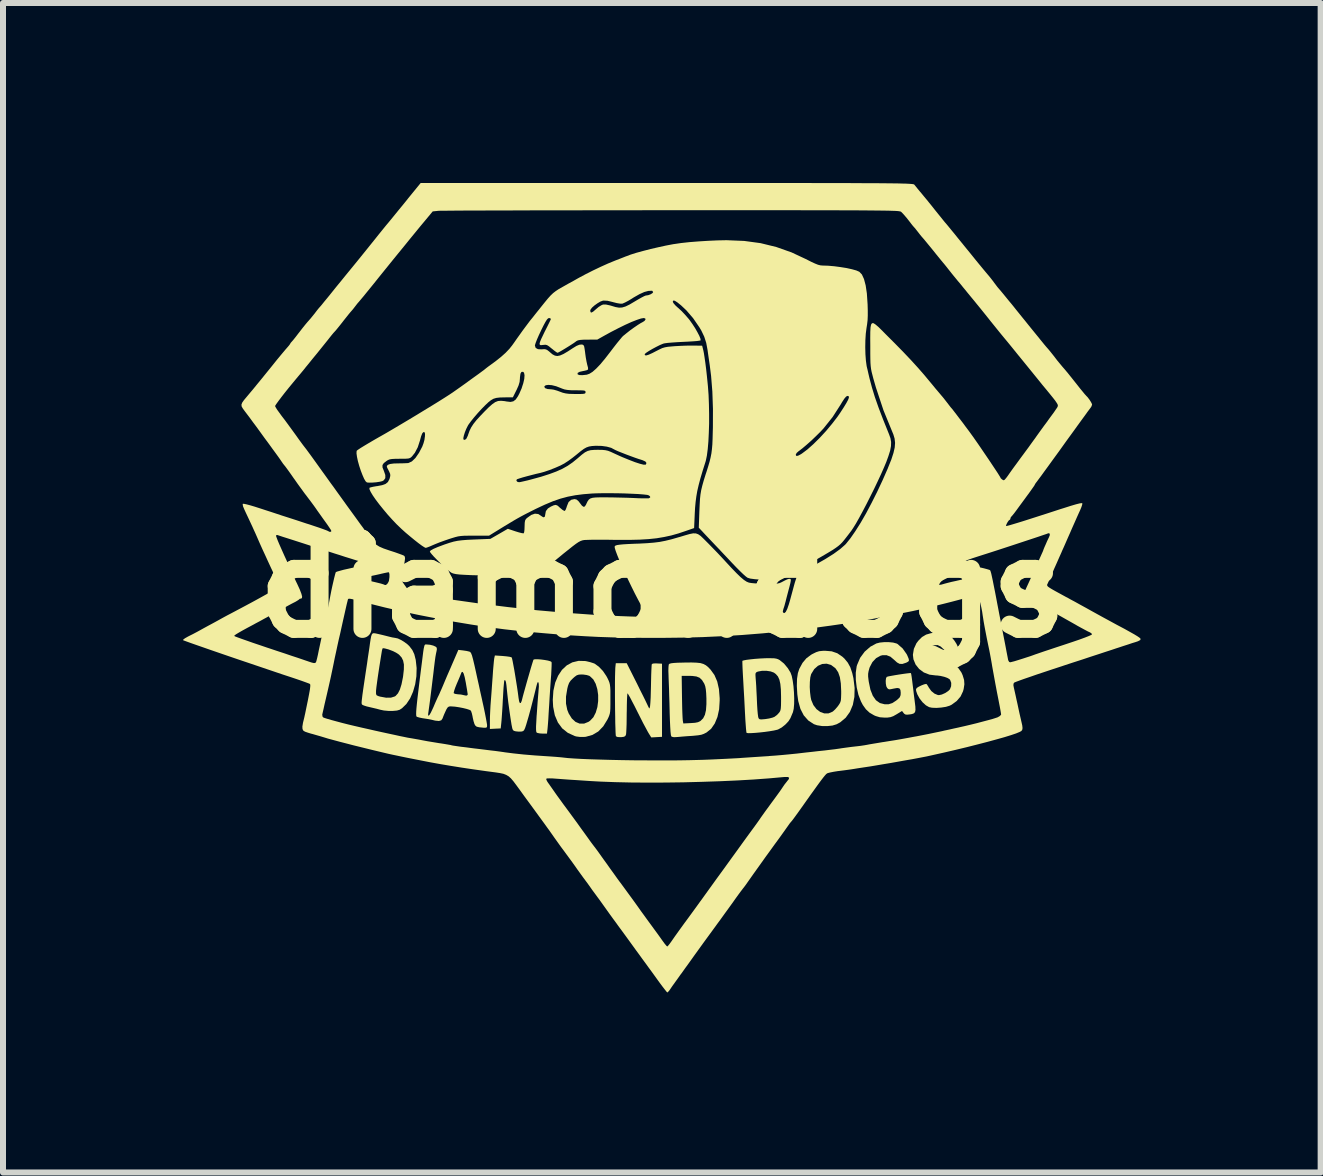
<source format=kicad_pcb>
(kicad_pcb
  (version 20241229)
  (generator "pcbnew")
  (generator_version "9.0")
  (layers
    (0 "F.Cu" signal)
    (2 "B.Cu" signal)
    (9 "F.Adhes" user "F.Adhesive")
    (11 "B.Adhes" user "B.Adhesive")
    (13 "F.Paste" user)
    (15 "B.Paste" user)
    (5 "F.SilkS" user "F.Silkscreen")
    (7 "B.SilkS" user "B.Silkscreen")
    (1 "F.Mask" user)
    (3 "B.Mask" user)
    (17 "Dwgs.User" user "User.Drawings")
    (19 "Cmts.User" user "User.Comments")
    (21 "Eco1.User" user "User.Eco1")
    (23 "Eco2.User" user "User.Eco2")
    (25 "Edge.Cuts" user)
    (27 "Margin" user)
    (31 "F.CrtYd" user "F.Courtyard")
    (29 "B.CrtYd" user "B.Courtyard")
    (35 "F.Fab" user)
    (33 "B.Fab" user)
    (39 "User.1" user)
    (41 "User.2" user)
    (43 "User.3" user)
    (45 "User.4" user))
  (footprint "diamondogs"
    (layer "F.Cu")
    (at 7.99 6.752)
    (property "Reference" "diamondogs" (at 0 0 0) (layer "F.SilkS") (effects (font (size 1.5 1.5) (thickness 0.3))))
    (attr board_only exclude_from_pos_files exclude_from_bom)
    (fp_poly (pts (xy 2.82 1.052) (xy 2.913 1.084) (xy 2.997 1.141) (xy 3.032 1.173) (xy 3.088 1.241) (xy 3.13 1.318) (xy 3.162 1.413) (xy 3.182 1.5) (xy 3.202 1.663) (xy 3.198 1.812) (xy 3.172 1.945) (xy 3.123 2.062) (xy 3.053 2.159) (xy 2.962 2.235) (xy 2.901 2.268) (xy 2.832 2.289) (xy 2.747 2.298) (xy 2.658 2.297) (xy 2.576 2.284) (xy 2.523 2.266) (xy 2.429 2.204) (xy 2.354 2.119) (xy 2.299 2.012) (xy 2.262 1.88) (xy 2.247 1.768) (xy 2.24 1.647) (xy 2.454 1.647) (xy 2.459 1.734) (xy 2.469 1.815) (xy 2.479 1.863) (xy 2.515 1.948) (xy 2.566 2.015) (xy 2.628 2.062) (xy 2.697 2.087) (xy 2.767 2.086) (xy 2.834 2.058) (xy 2.843 2.051) (xy 2.877 2.02) (xy 2.915 1.976) (xy 2.931 1.955) (xy 2.951 1.925) (xy 2.965 1.897) (xy 2.973 1.866) (xy 2.976 1.823) (xy 2.978 1.76) (xy 2.978 1.714) (xy 2.972 1.586) (xy 2.956 1.483) (xy 2.928 1.402) (xy 2.886 1.339) (xy 2.876 1.329) (xy 2.809 1.279) (xy 2.736 1.258) (xy 2.662 1.263) (xy 2.591 1.293) (xy 2.529 1.348) (xy 2.481 1.426) (xy 2.476 1.436) (xy 2.463 1.488) (xy 2.456 1.562) (xy 2.454 1.647) (xy 2.24 1.647) (xy 2.239 1.627) (xy 2.242 1.511) (xy 2.256 1.417) (xy 2.28 1.344) (xy 2.334 1.244) (xy 2.398 1.168) (xy 2.477 1.109) (xy 2.5 1.096) (xy 2.561 1.066) (xy 2.611 1.05) (xy 2.668 1.044) (xy 2.71 1.043)) (stroke (width 0) (type solid)) (fill yes) (layer "F.SilkS"))
    (fp_poly (pts (xy -0.417 1.606) (xy -0.369 1.704) (xy -0.324 1.793) (xy -0.286 1.87) (xy -0.257 1.931) (xy -0.238 1.971) (xy -0.231 1.985) (xy -0.222 2.003) (xy -0.214 1.998) (xy -0.207 1.967) (xy -0.202 1.91) (xy -0.197 1.824) (xy -0.194 1.71) (xy -0.192 1.638) (xy -0.19 1.536) (xy -0.188 1.444) (xy -0.185 1.366) (xy -0.182 1.308) (xy -0.18 1.275) (xy -0.179 1.269) (xy -0.161 1.256) (xy -0.118 1.253) (xy -0.09 1.254) (xy -0.008 1.258) (xy -0.008 1.868) (xy -0.008 2.477) (xy -0.098 2.482) (xy -0.187 2.487) (xy -0.23 2.418) (xy -0.25 2.383) (xy -0.281 2.325) (xy -0.321 2.251) (xy -0.365 2.164) (xy -0.412 2.071) (xy -0.422 2.051) (xy -0.466 1.963) (xy -0.507 1.885) (xy -0.54 1.821) (xy -0.566 1.776) (xy -0.58 1.754) (xy -0.582 1.752) (xy -0.586 1.766) (xy -0.589 1.807) (xy -0.592 1.871) (xy -0.594 1.952) (xy -0.595 2.046) (xy -0.596 2.075) (xy -0.597 2.175) (xy -0.598 2.266) (xy -0.601 2.344) (xy -0.604 2.402) (xy -0.607 2.435) (xy -0.608 2.438) (xy -0.619 2.463) (xy -0.642 2.476) (xy -0.685 2.482) (xy -0.691 2.482) (xy -0.746 2.481) (xy -0.775 2.468) (xy -0.776 2.467) (xy -0.779 2.447) (xy -0.782 2.4) (xy -0.784 2.331) (xy -0.787 2.244) (xy -0.788 2.142) (xy -0.79 2.031) (xy -0.791 1.915) (xy -0.792 1.798) (xy -0.792 1.684) (xy -0.792 1.578) (xy -0.791 1.484) (xy -0.789 1.406) (xy -0.787 1.349) (xy -0.786 1.325) (xy -0.778 1.25) (xy -0.687 1.25) (xy -0.596 1.25)) (stroke (width 0) (type solid)) (fill yes) (layer "F.SilkS"))
    (fp_poly (pts (xy -1.286 1.214) (xy -1.26 1.219) (xy -1.203 1.233) (xy -1.153 1.249) (xy -1.13 1.258) (xy -1.061 1.308) (xy -0.993 1.379) (xy -0.936 1.463) (xy -0.916 1.5) (xy -0.897 1.54) (xy -0.884 1.574) (xy -0.876 1.608) (xy -0.871 1.649) (xy -0.868 1.704) (xy -0.868 1.778) (xy -0.868 1.844) (xy -0.868 1.937) (xy -0.869 2.004) (xy -0.872 2.053) (xy -0.878 2.091) (xy -0.888 2.123) (xy -0.902 2.157) (xy -0.917 2.188) (xy -0.987 2.302) (xy -1.07 2.388) (xy -1.167 2.445) (xy -1.277 2.476) (xy -1.312 2.479) (xy -1.375 2.479) (xy -1.436 2.471) (xy -1.461 2.464) (xy -1.577 2.411) (xy -1.671 2.336) (xy -1.743 2.238) (xy -1.794 2.118) (xy -1.822 1.977) (xy -1.825 1.923) (xy -1.608 1.923) (xy -1.587 2.027) (xy -1.563 2.087) (xy -1.511 2.171) (xy -1.449 2.228) (xy -1.38 2.257) (xy -1.307 2.257) (xy -1.233 2.227) (xy -1.207 2.209) (xy -1.152 2.151) (xy -1.112 2.073) (xy -1.085 1.981) (xy -1.072 1.881) (xy -1.072 1.78) (xy -1.086 1.682) (xy -1.113 1.593) (xy -1.153 1.52) (xy -1.207 1.469) (xy -1.221 1.46) (xy -1.263 1.447) (xy -1.319 1.439) (xy -1.344 1.438) (xy -1.392 1.44) (xy -1.428 1.451) (xy -1.464 1.477) (xy -1.492 1.502) (xy -1.532 1.542) (xy -1.557 1.58) (xy -1.575 1.629) (xy -1.586 1.673) (xy -1.608 1.807) (xy -1.608 1.923) (xy -1.825 1.923) (xy -1.828 1.86) (xy -1.818 1.709) (xy -1.788 1.574) (xy -1.739 1.458) (xy -1.675 1.361) (xy -1.595 1.286) (xy -1.503 1.236) (xy -1.399 1.211)) (stroke (width 0) (type solid)) (fill yes) (layer "F.SilkS"))
    (fp_poly (pts (xy 0.568 1.241) (xy 0.633 1.248) (xy 0.683 1.263) (xy 0.724 1.285) (xy 0.763 1.317) (xy 0.801 1.357) (xy 0.866 1.447) (xy 0.912 1.554) (xy 0.941 1.682) (xy 0.953 1.832) (xy 0.953 1.875) (xy 0.944 2.018) (xy 0.916 2.146) (xy 0.871 2.255) (xy 0.811 2.342) (xy 0.736 2.403) (xy 0.733 2.405) (xy 0.69 2.427) (xy 0.648 2.442) (xy 0.597 2.451) (xy 0.528 2.458) (xy 0.495 2.461) (xy 0.416 2.466) (xy 0.338 2.472) (xy 0.272 2.478) (xy 0.249 2.48) (xy 0.191 2.483) (xy 0.157 2.476) (xy 0.146 2.467) (xy 0.14 2.445) (xy 0.134 2.392) (xy 0.129 2.313) (xy 0.124 2.208) (xy 0.12 2.08) (xy 0.119 2.032) (xy 0.116 1.91) (xy 0.112 1.789) (xy 0.109 1.676) (xy 0.105 1.575) (xy 0.102 1.495) (xy 0.101 1.461) (xy 0.32 1.461) (xy 0.325 1.813) (xy 0.327 1.918) (xy 0.329 2.014) (xy 0.332 2.096) (xy 0.335 2.16) (xy 0.338 2.201) (xy 0.339 2.209) (xy 0.347 2.254) (xy 0.469 2.248) (xy 0.542 2.243) (xy 0.592 2.233) (xy 0.628 2.216) (xy 0.636 2.21) (xy 0.678 2.168) (xy 0.707 2.11) (xy 0.725 2.033) (xy 0.732 1.933) (xy 0.732 1.836) (xy 0.728 1.748) (xy 0.722 1.684) (xy 0.713 1.637) (xy 0.7 1.6) (xy 0.694 1.587) (xy 0.658 1.53) (xy 0.618 1.492) (xy 0.565 1.471) (xy 0.493 1.462) (xy 0.448 1.461) (xy 0.32 1.461) (xy 0.101 1.461) (xy 0.101 1.454) (xy 0.098 1.376) (xy 0.1 1.314) (xy 0.104 1.275) (xy 0.108 1.267) (xy 0.12 1.258) (xy 0.146 1.251) (xy 0.189 1.246) (xy 0.253 1.242) (xy 0.344 1.24) (xy 0.375 1.239) (xy 0.484 1.238)) (stroke (width 0) (type solid)) (fill yes) (layer "F.SilkS"))
    (fp_poly (pts (xy 4.689 0.736) (xy 4.72 0.743) (xy 4.748 0.759) (xy 4.782 0.784) (xy 4.822 0.821) (xy 4.862 0.87) (xy 4.896 0.922) (xy 4.918 0.967) (xy 4.923 0.988) (xy 4.91 1.012) (xy 4.875 1.038) (xy 4.824 1.06) (xy 4.81 1.064) (xy 4.77 1.073) (xy 4.744 1.071) (xy 4.719 1.052) (xy 4.692 1.024) (xy 4.636 0.972) (xy 4.585 0.948) (xy 4.531 0.95) (xy 4.478 0.969) (xy 4.417 1.008) (xy 4.384 1.05) (xy 4.38 1.097) (xy 4.398 1.138) (xy 4.441 1.169) (xy 4.51 1.191) (xy 4.605 1.205) (xy 4.676 1.214) (xy 4.74 1.224) (xy 4.789 1.234) (xy 4.799 1.237) (xy 4.866 1.272) (xy 4.93 1.331) (xy 4.981 1.404) (xy 5.002 1.45) (xy 5.026 1.529) (xy 5.031 1.601) (xy 5.019 1.679) (xy 5.008 1.719) (xy 4.968 1.804) (xy 4.903 1.88) (xy 4.82 1.941) (xy 4.786 1.958) (xy 4.724 1.977) (xy 4.647 1.989) (xy 4.565 1.995) (xy 4.491 1.992) (xy 4.443 1.982) (xy 4.39 1.952) (xy 4.334 1.901) (xy 4.284 1.837) (xy 4.247 1.769) (xy 4.244 1.761) (xy 4.228 1.715) (xy 4.224 1.689) (xy 4.232 1.671) (xy 4.24 1.661) (xy 4.27 1.642) (xy 4.315 1.62) (xy 4.361 1.602) (xy 4.396 1.595) (xy 4.396 1.595) (xy 4.409 1.607) (xy 4.429 1.639) (xy 4.439 1.657) (xy 4.48 1.714) (xy 4.533 1.757) (xy 4.588 1.78) (xy 4.608 1.782) (xy 4.655 1.772) (xy 4.711 1.747) (xy 4.761 1.714) (xy 4.79 1.685) (xy 4.81 1.634) (xy 4.812 1.578) (xy 4.794 1.53) (xy 4.785 1.518) (xy 4.751 1.497) (xy 4.697 1.477) (xy 4.633 1.462) (xy 4.572 1.454) (xy 4.556 1.454) (xy 4.45 1.441) (xy 4.355 1.404) (xy 4.277 1.346) (xy 4.218 1.272) (xy 4.182 1.185) (xy 4.173 1.11) (xy 4.189 1.011) (xy 4.232 0.917) (xy 4.264 0.875) (xy 4.325 0.814) (xy 4.394 0.773) (xy 4.477 0.749) (xy 4.58 0.738) (xy 4.645 0.735)) (stroke (width 0) (type solid)) (fill yes) (layer "F.SilkS"))
    (fp_poly (pts (xy -4.779 0.754) (xy -4.729 0.765) (xy -4.665 0.78) (xy -4.629 0.789) (xy -4.562 0.806) (xy -4.504 0.82) (xy -4.462 0.827) (xy -4.45 0.829) (xy -4.41 0.838) (xy -4.357 0.863) (xy -4.3 0.898) (xy -4.248 0.937) (xy -4.218 0.966) (xy -4.169 1.03) (xy -4.136 1.1) (xy -4.114 1.187) (xy -4.112 1.195) (xy -4.097 1.331) (xy -4.101 1.468) (xy -4.121 1.601) (xy -4.157 1.726) (xy -4.206 1.837) (xy -4.268 1.93) (xy -4.34 2) (xy -4.38 2.026) (xy -4.425 2.039) (xy -4.491 2.045) (xy -4.567 2.045) (xy -4.643 2.038) (xy -4.705 2.025) (xy -4.76 2.01) (xy -4.828 1.994) (xy -4.875 1.983) (xy -4.93 1.97) (xy -4.976 1.955) (xy -4.998 1.945) (xy -5.005 1.94) (xy -5.01 1.934) (xy -5.013 1.923) (xy -5.014 1.904) (xy -5.012 1.876) (xy -5.007 1.833) (xy -5 1.774) (xy -4.993 1.726) (xy -4.774 1.726) (xy -4.773 1.764) (xy -4.763 1.785) (xy -4.735 1.798) (xy -4.705 1.807) (xy -4.606 1.825) (xy -4.524 1.824) (xy -4.461 1.804) (xy -4.447 1.795) (xy -4.408 1.752) (xy -4.376 1.689) (xy -4.349 1.602) (xy -4.326 1.489) (xy -4.322 1.463) (xy -4.31 1.355) (xy -4.309 1.272) (xy -4.322 1.207) (xy -4.348 1.154) (xy -4.39 1.108) (xy -4.396 1.103) (xy -4.44 1.074) (xy -4.5 1.045) (xy -4.566 1.02) (xy -4.626 1.004) (xy -4.656 1) (xy -4.66 1.001) (xy -4.665 1.005) (xy -4.669 1.017) (xy -4.675 1.039) (xy -4.681 1.075) (xy -4.69 1.13) (xy -4.702 1.206) (xy -4.718 1.306) (xy -4.731 1.391) (xy -4.745 1.485) (xy -4.757 1.572) (xy -4.767 1.646) (xy -4.773 1.701) (xy -4.774 1.726) (xy -4.993 1.726) (xy -4.989 1.696) (xy -4.974 1.594) (xy -4.955 1.467) (xy -4.939 1.36) (xy -4.923 1.255) (xy -4.909 1.154) (xy -4.895 1.063) (xy -4.884 0.989) (xy -4.877 0.938) (xy -4.877 0.935) (xy -4.865 0.856) (xy -4.855 0.803) (xy -4.844 0.771) (xy -4.831 0.755) (xy -4.814 0.75) (xy -4.809 0.75)) (stroke (width 0) (type solid)) (fill yes) (layer "F.SilkS"))
    (fp_poly (pts (xy 1.859 1.168) (xy 1.897 1.174) (xy 1.927 1.184) (xy 1.955 1.199) (xy 1.957 1.201) (xy 2.025 1.256) (xy 2.089 1.333) (xy 2.134 1.407) (xy 2.154 1.462) (xy 2.17 1.54) (xy 2.183 1.634) (xy 2.191 1.735) (xy 2.195 1.836) (xy 2.194 1.93) (xy 2.187 2.01) (xy 2.174 2.067) (xy 2.172 2.071) (xy 2.151 2.121) (xy 2.132 2.166) (xy 2.099 2.218) (xy 2.047 2.273) (xy 1.987 2.321) (xy 1.929 2.353) (xy 1.912 2.359) (xy 1.855 2.372) (xy 1.783 2.384) (xy 1.704 2.395) (xy 1.623 2.404) (xy 1.546 2.411) (xy 1.48 2.415) (xy 1.43 2.416) (xy 1.403 2.412) (xy 1.401 2.41) (xy 1.397 2.39) (xy 1.392 2.344) (xy 1.387 2.277) (xy 1.381 2.194) (xy 1.376 2.099) (xy 1.375 2.084) (xy 1.369 1.963) (xy 1.362 1.827) (xy 1.354 1.69) (xy 1.347 1.563) (xy 1.343 1.495) (xy 1.34 1.443) (xy 1.549 1.443) (xy 1.552 1.492) (xy 1.553 1.505) (xy 1.557 1.555) (xy 1.562 1.628) (xy 1.566 1.716) (xy 1.571 1.811) (xy 1.573 1.86) (xy 1.577 1.949) (xy 1.582 2.03) (xy 1.588 2.096) (xy 1.594 2.14) (xy 1.597 2.155) (xy 1.606 2.174) (xy 1.62 2.184) (xy 1.647 2.187) (xy 1.695 2.183) (xy 1.716 2.181) (xy 1.778 2.171) (xy 1.833 2.157) (xy 1.866 2.144) (xy 1.909 2.112) (xy 1.944 2.074) (xy 1.958 2.053) (xy 1.967 2.03) (xy 1.972 1.998) (xy 1.975 1.952) (xy 1.976 1.885) (xy 1.976 1.808) (xy 1.973 1.688) (xy 1.964 1.595) (xy 1.948 1.524) (xy 1.924 1.471) (xy 1.889 1.431) (xy 1.857 1.407) (xy 1.803 1.387) (xy 1.731 1.376) (xy 1.657 1.377) (xy 1.592 1.389) (xy 1.586 1.391) (xy 1.563 1.402) (xy 1.552 1.416) (xy 1.549 1.443) (xy 1.34 1.443) (xy 1.338 1.405) (xy 1.334 1.327) (xy 1.332 1.265) (xy 1.331 1.224) (xy 1.332 1.21) (xy 1.354 1.203) (xy 1.4 1.194) (xy 1.464 1.186) (xy 1.539 1.178) (xy 1.619 1.172) (xy 1.697 1.168) (xy 1.727 1.167) (xy 1.805 1.167)) (stroke (width 0) (type solid)) (fill yes) (layer "F.SilkS"))
    (fp_poly (pts (xy 3.771 0.899) (xy 3.843 0.906) (xy 3.899 0.921) (xy 3.916 0.929) (xy 4.002 1.004) (xy 4.069 1.099) (xy 4.079 1.119) (xy 4.101 1.171) (xy 4.108 1.202) (xy 4.097 1.222) (xy 4.067 1.239) (xy 4.057 1.243) (xy 3.999 1.262) (xy 3.952 1.261) (xy 3.909 1.238) (xy 3.863 1.196) (xy 3.798 1.141) (xy 3.733 1.116) (xy 3.665 1.117) (xy 3.634 1.125) (xy 3.56 1.166) (xy 3.498 1.232) (xy 3.453 1.318) (xy 3.447 1.336) (xy 3.434 1.385) (xy 3.427 1.426) (xy 3.427 1.472) (xy 3.434 1.533) (xy 3.438 1.561) (xy 3.465 1.691) (xy 3.505 1.793) (xy 3.557 1.867) (xy 3.623 1.914) (xy 3.701 1.934) (xy 3.768 1.934) (xy 3.829 1.915) (xy 3.893 1.874) (xy 3.921 1.851) (xy 3.954 1.818) (xy 3.968 1.782) (xy 3.97 1.742) (xy 3.965 1.695) (xy 3.947 1.669) (xy 3.911 1.663) (xy 3.853 1.673) (xy 3.806 1.683) (xy 3.779 1.686) (xy 3.763 1.68) (xy 3.746 1.665) (xy 3.745 1.664) (xy 3.73 1.635) (xy 3.722 1.591) (xy 3.72 1.543) (xy 3.725 1.502) (xy 3.737 1.478) (xy 3.74 1.477) (xy 3.768 1.469) (xy 3.817 1.46) (xy 3.879 1.449) (xy 3.947 1.438) (xy 4.014 1.428) (xy 4.073 1.42) (xy 4.117 1.415) (xy 4.139 1.414) (xy 4.14 1.415) (xy 4.145 1.433) (xy 4.152 1.475) (xy 4.16 1.535) (xy 4.167 1.591) (xy 4.178 1.679) (xy 4.189 1.773) (xy 4.2 1.858) (xy 4.204 1.891) (xy 4.214 1.972) (xy 4.216 2.028) (xy 4.209 2.064) (xy 4.19 2.085) (xy 4.158 2.097) (xy 4.124 2.103) (xy 4.075 2.108) (xy 4.046 2.104) (xy 4.026 2.09) (xy 4.018 2.08) (xy 3.992 2.046) (xy 3.9 2.102) (xy 3.845 2.133) (xy 3.8 2.149) (xy 3.75 2.156) (xy 3.705 2.157) (xy 3.623 2.151) (xy 3.555 2.131) (xy 3.527 2.119) (xy 3.45 2.074) (xy 3.39 2.018) (xy 3.338 1.945) (xy 3.306 1.884) (xy 3.265 1.776) (xy 3.237 1.655) (xy 3.222 1.529) (xy 3.221 1.408) (xy 3.236 1.302) (xy 3.243 1.279) (xy 3.294 1.16) (xy 3.369 1.058) (xy 3.464 0.975) (xy 3.564 0.921) (xy 3.622 0.906) (xy 3.694 0.899)) (stroke (width 0) (type solid)) (fill yes) (layer "F.SilkS"))
    (fp_poly (pts (xy -2.66 1.13) (xy -2.598 1.136) (xy -2.548 1.143) (xy -2.518 1.151) (xy -2.514 1.153) (xy -2.507 1.172) (xy -2.497 1.217) (xy -2.485 1.281) (xy -2.47 1.361) (xy -2.455 1.451) (xy -2.44 1.545) (xy -2.425 1.638) (xy -2.412 1.726) (xy -2.402 1.801) (xy -2.399 1.826) (xy -2.389 1.884) (xy -2.377 1.914) (xy -2.362 1.913) (xy -2.347 1.881) (xy -2.339 1.851) (xy -2.329 1.811) (xy -2.313 1.751) (xy -2.292 1.677) (xy -2.269 1.594) (xy -2.244 1.506) (xy -2.219 1.42) (xy -2.196 1.34) (xy -2.176 1.273) (xy -2.16 1.222) (xy -2.151 1.194) (xy -2.149 1.191) (xy -2.126 1.184) (xy -2.082 1.184) (xy -2.025 1.188) (xy -1.965 1.196) (xy -1.91 1.206) (xy -1.868 1.218) (xy -1.849 1.23) (xy -1.849 1.23) (xy -1.847 1.252) (xy -1.848 1.3) (xy -1.851 1.366) (xy -1.855 1.446) (xy -1.858 1.481) (xy -1.865 1.579) (xy -1.873 1.696) (xy -1.881 1.82) (xy -1.888 1.941) (xy -1.892 2.001) (xy -1.898 2.098) (xy -1.903 2.188) (xy -1.909 2.267) (xy -1.914 2.326) (xy -1.917 2.356) (xy -1.925 2.423) (xy -1.998 2.423) (xy -2.046 2.42) (xy -2.084 2.412) (xy -2.093 2.408) (xy -2.101 2.4) (xy -2.105 2.381) (xy -2.107 2.35) (xy -2.107 2.301) (xy -2.103 2.23) (xy -2.098 2.133) (xy -2.095 2.1) (xy -2.088 1.999) (xy -2.081 1.9) (xy -2.074 1.812) (xy -2.068 1.741) (xy -2.065 1.7) (xy -2.06 1.639) (xy -2.062 1.594) (xy -2.068 1.568) (xy -2.079 1.567) (xy -2.083 1.573) (xy -2.09 1.593) (xy -2.102 1.637) (xy -2.116 1.695) (xy -2.124 1.727) (xy -2.159 1.867) (xy -2.195 2.007) (xy -2.231 2.138) (xy -2.264 2.25) (xy -2.271 2.274) (xy -2.29 2.331) (xy -2.306 2.365) (xy -2.322 2.381) (xy -2.345 2.388) (xy -2.351 2.389) (xy -2.401 2.39) (xy -2.447 2.385) (xy -2.475 2.377) (xy -2.492 2.364) (xy -2.503 2.336) (xy -2.513 2.286) (xy -2.515 2.278) (xy -2.534 2.157) (xy -2.553 2.025) (xy -2.571 1.892) (xy -2.585 1.769) (xy -2.593 1.692) (xy -2.601 1.613) (xy -2.609 1.562) (xy -2.619 1.536) (xy -2.63 1.532) (xy -2.635 1.536) (xy -2.639 1.554) (xy -2.643 1.598) (xy -2.649 1.663) (xy -2.654 1.745) (xy -2.659 1.838) (xy -2.66 1.847) (xy -2.665 1.949) (xy -2.671 2.046) (xy -2.677 2.133) (xy -2.682 2.201) (xy -2.686 2.243) (xy -2.696 2.337) (xy -2.786 2.341) (xy -2.876 2.346) (xy -2.876 2.213) (xy -2.875 2.141) (xy -2.871 2.051) (xy -2.866 1.955) (xy -2.861 1.888) (xy -2.854 1.798) (xy -2.846 1.69) (xy -2.838 1.576) (xy -2.83 1.469) (xy -2.829 1.454) (xy -2.823 1.366) (xy -2.816 1.287) (xy -2.81 1.222) (xy -2.805 1.178) (xy -2.803 1.166) (xy -2.793 1.121)) (stroke (width 0) (type solid)) (fill yes) (layer "F.SilkS"))
    (fp_poly (pts (xy -3.936 0.938) (xy -3.927 0.938) (xy -3.873 0.943) (xy -3.821 0.956) (xy -3.781 0.974) (xy -3.762 0.992) (xy -3.76 1.022) (xy -3.767 1.058) (xy -3.774 1.09) (xy -3.784 1.145) (xy -3.794 1.217) (xy -3.804 1.298) (xy -3.806 1.313) (xy -3.818 1.419) (xy -3.832 1.532) (xy -3.846 1.647) (xy -3.86 1.759) (xy -3.873 1.863) (xy -3.885 1.952) (xy -3.895 2.023) (xy -3.901 2.069) (xy -3.903 2.077) (xy -3.906 2.115) (xy -3.899 2.126) (xy -3.883 2.112) (xy -3.86 2.073) (xy -3.831 2.012) (xy -3.815 1.977) (xy -3.788 1.913) (xy -3.763 1.857) (xy -3.745 1.817) (xy -3.739 1.805) (xy -3.726 1.779) (xy -3.708 1.739) (xy -3.479 1.739) (xy -3.478 1.75) (xy -3.457 1.761) (xy -3.419 1.767) (xy -3.41 1.768) (xy -3.36 1.772) (xy -3.316 1.781) (xy -3.314 1.782) (xy -3.269 1.791) (xy -3.248 1.78) (xy -3.246 1.765) (xy -3.25 1.741) (xy -3.257 1.694) (xy -3.268 1.631) (xy -3.278 1.572) (xy -3.296 1.483) (xy -3.313 1.424) (xy -3.33 1.395) (xy -3.345 1.397) (xy -3.355 1.417) (xy -3.365 1.443) (xy -3.384 1.49) (xy -3.41 1.551) (xy -3.427 1.59) (xy -3.452 1.652) (xy -3.47 1.704) (xy -3.479 1.739) (xy -3.708 1.739) (xy -3.705 1.731) (xy -3.677 1.668) (xy -3.649 1.602) (xy -3.618 1.528) (xy -3.588 1.457) (xy -3.563 1.4) (xy -3.549 1.368) (xy -3.53 1.325) (xy -3.504 1.264) (xy -3.474 1.195) (xy -3.462 1.167) (xy -3.402 1.028) (xy -3.317 1.038) (xy -3.264 1.046) (xy -3.221 1.056) (xy -3.206 1.062) (xy -3.191 1.08) (xy -3.175 1.12) (xy -3.157 1.185) (xy -3.135 1.278) (xy -3.13 1.3) (xy -3.111 1.385) (xy -3.088 1.491) (xy -3.061 1.611) (xy -3.034 1.736) (xy -3.007 1.857) (xy -3.002 1.881) (xy -2.979 1.985) (xy -2.959 2.081) (xy -2.943 2.164) (xy -2.931 2.229) (xy -2.924 2.272) (xy -2.923 2.283) (xy -2.924 2.307) (xy -2.93 2.32) (xy -2.947 2.325) (xy -2.982 2.325) (xy -3.041 2.319) (xy -3.053 2.318) (xy -3.096 2.308) (xy -3.121 2.287) (xy -3.134 2.262) (xy -3.149 2.214) (xy -3.162 2.156) (xy -3.165 2.138) (xy -3.176 2.089) (xy -3.189 2.05) (xy -3.194 2.04) (xy -3.217 2.027) (xy -3.263 2.012) (xy -3.324 1.997) (xy -3.392 1.984) (xy -3.459 1.974) (xy -3.518 1.97) (xy -3.528 1.969) (xy -3.558 1.972) (xy -3.579 1.986) (xy -3.599 2.016) (xy -3.616 2.052) (xy -3.639 2.103) (xy -3.657 2.148) (xy -3.664 2.168) (xy -3.686 2.201) (xy -3.725 2.213) (xy -3.786 2.207) (xy -3.8 2.204) (xy -3.84 2.194) (xy -3.873 2.187) (xy -3.911 2.18) (xy -3.963 2.172) (xy -4.003 2.166) (xy -4.051 2.156) (xy -4.087 2.145) (xy -4.095 2.142) (xy -4.101 2.134) (xy -4.104 2.119) (xy -4.105 2.093) (xy -4.104 2.054) (xy -4.1 1.999) (xy -4.093 1.927) (xy -4.083 1.834) (xy -4.069 1.718) (xy -4.052 1.577) (xy -4.031 1.408) (xy -4.024 1.352) (xy -4.008 1.228) (xy -3.996 1.131) (xy -3.987 1.059) (xy -3.979 1.007) (xy -3.971 0.972) (xy -3.965 0.951) (xy -3.957 0.941) (xy -3.948 0.937)) (stroke (width 0) (type solid)) (fill yes) (layer "F.SilkS"))
    (fp_poly (pts (xy 1.362 -5.787) (xy 1.635 -5.75) (xy 1.896 -5.686) (xy 2.151 -5.596) (xy 2.386 -5.486) (xy 2.475 -5.441) (xy 2.542 -5.41) (xy 2.592 -5.39) (xy 2.632 -5.38) (xy 2.665 -5.377) (xy 2.76 -5.374) (xy 2.863 -5.365) (xy 2.968 -5.351) (xy 3.068 -5.335) (xy 3.158 -5.315) (xy 3.23 -5.295) (xy 3.278 -5.274) (xy 3.28 -5.273) (xy 3.323 -5.228) (xy 3.358 -5.152) (xy 3.386 -5.046) (xy 3.406 -4.911) (xy 3.417 -4.745) (xy 3.418 -4.734) (xy 3.421 -4.627) (xy 3.421 -4.541) (xy 3.418 -4.468) (xy 3.41 -4.399) (xy 3.4 -4.336) (xy 3.388 -4.243) (xy 3.381 -4.133) (xy 3.379 -4.015) (xy 3.382 -3.898) (xy 3.39 -3.791) (xy 3.402 -3.704) (xy 3.405 -3.689) (xy 3.417 -3.64) (xy 3.432 -3.574) (xy 3.449 -3.501) (xy 3.454 -3.482) (xy 3.491 -3.343) (xy 3.539 -3.186) (xy 3.601 -3.009) (xy 3.677 -2.81) (xy 3.767 -2.586) (xy 3.776 -2.564) (xy 3.799 -2.499) (xy 3.81 -2.436) (xy 3.808 -2.369) (xy 3.794 -2.293) (xy 3.765 -2.201) (xy 3.729 -2.102) (xy 3.69 -2.009) (xy 3.642 -1.9) (xy 3.586 -1.78) (xy 3.526 -1.654) (xy 3.462 -1.526) (xy 3.398 -1.399) (xy 3.335 -1.279) (xy 3.276 -1.17) (xy 3.223 -1.076) (xy 3.177 -1.002) (xy 3.142 -0.95) (xy 3.138 -0.946) (xy 3.123 -0.926) (xy 3.095 -0.889) (xy 3.06 -0.844) (xy 3.027 -0.802) (xy 2.997 -0.766) (xy 2.966 -0.734) (xy 2.93 -0.703) (xy 2.885 -0.67) (xy 2.829 -0.633) (xy 2.758 -0.59) (xy 2.668 -0.537) (xy 2.556 -0.473) (xy 2.504 -0.443) (xy 2.38 -0.374) (xy 2.261 -0.31) (xy 2.151 -0.254) (xy 2.053 -0.207) (xy 1.972 -0.172) (xy 1.912 -0.15) (xy 1.889 -0.144) (xy 1.845 -0.14) (xy 1.78 -0.139) (xy 1.703 -0.14) (xy 1.641 -0.142) (xy 1.54 -0.15) (xy 1.464 -0.16) (xy 1.417 -0.174) (xy 1.415 -0.176) (xy 1.389 -0.195) (xy 1.347 -0.232) (xy 1.292 -0.285) (xy 1.229 -0.348) (xy 1.164 -0.416) (xy 1.09 -0.495) (xy 1.013 -0.576) (xy 0.94 -0.654) (xy 0.877 -0.72) (xy 0.842 -0.757) (xy 0.786 -0.816) (xy 0.731 -0.874) (xy 0.685 -0.923) (xy 0.664 -0.946) (xy 0.605 -1.008) (xy 0.615 -1.29) (xy 0.62 -1.398) (xy 0.625 -1.486) (xy 0.633 -1.562) (xy 0.645 -1.633) (xy 0.663 -1.708) (xy 0.687 -1.794) (xy 0.72 -1.9) (xy 0.733 -1.938) (xy 0.762 -2.031) (xy 0.785 -2.109) (xy 0.802 -2.179) (xy 0.811 -2.226) (xy 2.221 -2.226) (xy 2.226 -2.208) (xy 2.242 -2.204) (xy 2.268 -2.212) (xy 2.307 -2.233) (xy 2.324 -2.244) (xy 2.415 -2.312) (xy 2.515 -2.401) (xy 2.621 -2.506) (xy 2.727 -2.621) (xy 2.827 -2.741) (xy 2.917 -2.858) (xy 2.961 -2.922) (xy 3.022 -3.016) (xy 3.065 -3.087) (xy 3.093 -3.139) (xy 3.106 -3.173) (xy 3.106 -3.194) (xy 3.094 -3.203) (xy 3.081 -3.204) (xy 3.06 -3.193) (xy 3.03 -3.158) (xy 2.991 -3.098) (xy 2.97 -3.062) (xy 2.835 -2.852) (xy 2.685 -2.664) (xy 2.629 -2.604) (xy 2.558 -2.534) (xy 2.481 -2.46) (xy 2.403 -2.391) (xy 2.332 -2.331) (xy 2.275 -2.287) (xy 2.27 -2.284) (xy 2.236 -2.254) (xy 2.221 -2.226) (xy 0.811 -2.226) (xy 0.815 -2.245) (xy 0.824 -2.316) (xy 0.831 -2.396) (xy 0.835 -2.491) (xy 0.838 -2.609) (xy 0.84 -2.677) (xy 0.841 -2.988) (xy 0.831 -3.276) (xy 0.81 -3.538) (xy 0.788 -3.713) (xy 0.776 -3.794) (xy 0.764 -3.877) (xy 0.754 -3.948) (xy 0.751 -3.97) (xy 0.729 -4.088) (xy 0.696 -4.191) (xy 0.647 -4.294) (xy 0.614 -4.349) (xy 0.51 -4.5) (xy 0.399 -4.629) (xy 0.31 -4.713) (xy 0.249 -4.762) (xy 0.207 -4.789) (xy 0.183 -4.795) (xy 0.173 -4.78) (xy 0.172 -4.772) (xy 0.184 -4.749) (xy 0.214 -4.714) (xy 0.257 -4.674) (xy 0.267 -4.666) (xy 0.321 -4.616) (xy 0.382 -4.551) (xy 0.439 -4.485) (xy 0.453 -4.467) (xy 0.499 -4.402) (xy 0.544 -4.333) (xy 0.582 -4.266) (xy 0.613 -4.207) (xy 0.632 -4.16) (xy 0.636 -4.133) (xy 0.635 -4.13) (xy 0.617 -4.125) (xy 0.574 -4.119) (xy 0.509 -4.114) (xy 0.428 -4.109) (xy 0.345 -4.105) (xy 0.25 -4.1) (xy 0.164 -4.094) (xy 0.09 -4.088) (xy 0.037 -4.081) (xy 0.012 -4.075) (xy -0.041 -4.053) (xy -0.101 -4.023) (xy -0.163 -3.99) (xy -0.22 -3.957) (xy -0.265 -3.928) (xy -0.292 -3.906) (xy -0.297 -3.898) (xy -0.291 -3.882) (xy -0.269 -3.879) (xy -0.23 -3.891) (xy -0.17 -3.918) (xy -0.112 -3.948) (xy -0.051 -3.979) (xy -0.004 -4.001) (xy 0.04 -4.014) (xy 0.09 -4.023) (xy 0.157 -4.029) (xy 0.203 -4.033) (xy 0.294 -4.038) (xy 0.39 -4.042) (xy 0.479 -4.043) (xy 0.522 -4.043) (xy 0.661 -4.041) (xy 0.681 -3.962) (xy 0.69 -3.917) (xy 0.701 -3.846) (xy 0.714 -3.757) (xy 0.727 -3.655) (xy 0.739 -3.547) (xy 0.75 -3.438) (xy 0.757 -3.368) (xy 0.768 -3.22) (xy 0.774 -3.063) (xy 0.777 -2.903) (xy 0.777 -2.743) (xy 0.772 -2.589) (xy 0.765 -2.446) (xy 0.754 -2.318) (xy 0.74 -2.21) (xy 0.723 -2.128) (xy 0.718 -2.11) (xy 0.67 -1.958) (xy 0.632 -1.83) (xy 0.603 -1.72) (xy 0.58 -1.621) (xy 0.564 -1.529) (xy 0.552 -1.437) (xy 0.543 -1.339) (xy 0.537 -1.23) (xy 0.537 -1.224) (xy 0.527 -1.002) (xy 0.392 -0.955) (xy 0.267 -0.913) (xy 0.147 -0.879) (xy 0.027 -0.853) (xy -0.098 -0.832) (xy -0.232 -0.818) (xy -0.381 -0.809) (xy -0.549 -0.805) (xy -0.742 -0.805) (xy -0.836 -0.806) (xy -0.948 -0.808) (xy -1.054 -0.808) (xy -1.149 -0.808) (xy -1.226 -0.806) (xy -1.282 -0.804) (xy -1.304 -0.803) (xy -1.335 -0.797) (xy -1.366 -0.786) (xy -1.4 -0.768) (xy -1.443 -0.739) (xy -1.5 -0.696) (xy -1.575 -0.636) (xy -1.585 -0.628) (xy -1.654 -0.573) (xy -1.713 -0.524) (xy -1.76 -0.486) (xy -1.789 -0.461) (xy -1.798 -0.453) (xy -1.818 -0.435) (xy -1.858 -0.404) (xy -1.911 -0.367) (xy -1.969 -0.327) (xy -2.027 -0.288) (xy -2.079 -0.256) (xy -2.116 -0.234) (xy -2.131 -0.227) (xy -2.163 -0.224) (xy -2.222 -0.221) (xy -2.302 -0.219) (xy -2.4 -0.216) (xy -2.51 -0.215) (xy -2.628 -0.214) (xy -2.749 -0.213) (xy -2.868 -0.213) (xy -2.981 -0.214) (xy -3.083 -0.215) (xy -3.17 -0.217) (xy -3.196 -0.218) (xy -3.303 -0.223) (xy -3.383 -0.228) (xy -3.442 -0.235) (xy -3.483 -0.244) (xy -3.511 -0.254) (xy -3.513 -0.255) (xy -3.545 -0.277) (xy -3.59 -0.314) (xy -3.644 -0.362) (xy -3.701 -0.416) (xy -3.757 -0.472) (xy -3.808 -0.524) (xy -3.847 -0.568) (xy -3.871 -0.599) (xy -3.877 -0.611) (xy -3.862 -0.63) (xy -3.817 -0.655) (xy -3.743 -0.687) (xy -3.74 -0.688) (xy -3.636 -0.727) (xy -3.553 -0.755) (xy -3.481 -0.776) (xy -3.413 -0.79) (xy -3.339 -0.799) (xy -3.251 -0.806) (xy -3.141 -0.811) (xy -2.868 -0.822) (xy -2.722 -0.906) (xy -2.577 -0.99) (xy -2.452 -0.948) (xy -2.393 -0.93) (xy -2.346 -0.918) (xy -2.317 -0.914) (xy -2.313 -0.915) (xy -2.305 -0.934) (xy -2.3 -0.975) (xy -2.298 -1.03) (xy -2.296 -1.089) (xy -2.29 -1.126) (xy -2.277 -1.151) (xy -2.259 -1.169) (xy -2.189 -1.22) (xy -2.126 -1.242) (xy -2.07 -1.236) (xy -2.02 -1.203) (xy -1.986 -1.181) (xy -1.963 -1.188) (xy -1.954 -1.222) (xy -1.954 -1.229) (xy -1.943 -1.285) (xy -1.909 -1.329) (xy -1.86 -1.36) (xy -1.811 -1.382) (xy -1.777 -1.388) (xy -1.745 -1.374) (xy -1.706 -1.338) (xy -1.702 -1.335) (xy -1.666 -1.305) (xy -1.638 -1.289) (xy -1.627 -1.289) (xy -1.613 -1.309) (xy -1.598 -1.349) (xy -1.592 -1.369) (xy -1.565 -1.435) (xy -1.522 -1.473) (xy -1.466 -1.485) (xy -1.431 -1.477) (xy -1.399 -1.449) (xy -1.379 -1.423) (xy -1.343 -1.376) (xy -1.316 -1.356) (xy -1.294 -1.362) (xy -1.273 -1.395) (xy -1.268 -1.407) (xy -1.249 -1.446) (xy -1.229 -1.475) (xy -1.204 -1.494) (xy -1.167 -1.506) (xy -1.114 -1.512) (xy -1.04 -1.514) (xy -0.946 -1.514) (xy -0.836 -1.513) (xy -0.712 -1.51) (xy -0.588 -1.507) (xy -0.483 -1.503) (xy -0.4 -1.499) (xy -0.326 -1.497) (xy -0.269 -1.497) (xy -0.235 -1.497) (xy -0.229 -1.498) (xy -0.205 -1.511) (xy -0.207 -1.53) (xy -0.229 -1.547) (xy -0.254 -1.555) (xy -0.316 -1.562) (xy -0.403 -1.569) (xy -0.509 -1.574) (xy -0.627 -1.579) (xy -0.752 -1.582) (xy -0.876 -1.583) (xy -0.995 -1.583) (xy -1.101 -1.581) (xy -1.172 -1.578) (xy -1.32 -1.566) (xy -1.453 -1.549) (xy -1.578 -1.525) (xy -1.701 -1.492) (xy -1.828 -1.448) (xy -1.964 -1.391) (xy -2.115 -1.32) (xy -2.25 -1.252) (xy -2.308 -1.222) (xy -2.362 -1.193) (xy -2.418 -1.162) (xy -2.48 -1.126) (xy -2.553 -1.082) (xy -2.641 -1.029) (xy -2.75 -0.962) (xy -2.794 -0.935) (xy -2.891 -0.875) (xy -3.138 -0.875) (xy -3.233 -0.875) (xy -3.304 -0.874) (xy -3.359 -0.87) (xy -3.407 -0.863) (xy -3.455 -0.851) (xy -3.511 -0.834) (xy -3.555 -0.82) (xy -3.636 -0.792) (xy -3.719 -0.762) (xy -3.791 -0.733) (xy -3.826 -0.718) (xy -3.879 -0.695) (xy -3.921 -0.679) (xy -3.945 -0.672) (xy -3.946 -0.672) (xy -3.968 -0.682) (xy -4.01 -0.709) (xy -4.067 -0.751) (xy -4.133 -0.803) (xy -4.206 -0.863) (xy -4.281 -0.926) (xy -4.353 -0.991) (xy -4.358 -0.996) (xy -4.43 -1.065) (xy -4.504 -1.143) (xy -4.579 -1.226) (xy -4.651 -1.312) (xy -4.718 -1.395) (xy -4.778 -1.474) (xy -4.827 -1.545) (xy -4.862 -1.603) (xy -4.882 -1.647) (xy -4.884 -1.671) (xy -4.883 -1.673) (xy -4.861 -1.681) (xy -4.818 -1.691) (xy -4.761 -1.701) (xy -4.755 -1.701) (xy -4.672 -1.717) (xy -4.614 -1.738) (xy -4.576 -1.769) (xy -4.564 -1.792) (xy -2.435 -1.792) (xy -2.419 -1.773) (xy -2.391 -1.766) (xy -2.364 -1.77) (xy -2.315 -1.781) (xy -2.25 -1.796) (xy -2.185 -1.813) (xy -2.021 -1.858) (xy -1.884 -1.902) (xy -1.768 -1.945) (xy -1.668 -1.99) (xy -1.579 -2.04) (xy -1.497 -2.097) (xy -1.417 -2.162) (xy -1.409 -2.169) (xy -1.344 -2.225) (xy -1.292 -2.264) (xy -1.246 -2.287) (xy -1.197 -2.3) (xy -1.137 -2.305) (xy -1.08 -2.306) (xy -1.006 -2.305) (xy -0.953 -2.3) (xy -0.908 -2.29) (xy -0.862 -2.272) (xy -0.821 -2.253) (xy -0.764 -2.227) (xy -0.714 -2.204) (xy -0.682 -2.19) (xy -0.68 -2.189) (xy -0.649 -2.176) (xy -0.6 -2.156) (xy -0.563 -2.141) (xy -0.46 -2.101) (xy -0.377 -2.074) (xy -0.318 -2.059) (xy -0.283 -2.058) (xy -0.277 -2.061) (xy -0.267 -2.087) (xy -0.286 -2.112) (xy -0.335 -2.134) (xy -0.354 -2.14) (xy -0.399 -2.154) (xy -0.46 -2.175) (xy -0.531 -2.201) (xy -0.606 -2.229) (xy -0.677 -2.257) (xy -0.738 -2.281) (xy -0.783 -2.301) (xy -0.804 -2.312) (xy -0.855 -2.339) (xy -0.928 -2.359) (xy -1.014 -2.371) (xy -1.104 -2.373) (xy -1.116 -2.373) (xy -1.176 -2.369) (xy -1.224 -2.361) (xy -1.267 -2.346) (xy -1.31 -2.322) (xy -1.363 -2.283) (xy -1.43 -2.228) (xy -1.44 -2.22) (xy -1.502 -2.171) (xy -1.569 -2.122) (xy -1.628 -2.084) (xy -1.633 -2.08) (xy -1.701 -2.044) (xy -1.788 -2.006) (xy -1.882 -1.969) (xy -1.971 -1.939) (xy -2.032 -1.922) (xy -2.106 -1.905) (xy -2.184 -1.885) (xy -2.261 -1.865) (xy -2.33 -1.846) (xy -2.385 -1.829) (xy -2.42 -1.817) (xy -2.428 -1.813) (xy -2.435 -1.792) (xy -4.564 -1.792) (xy -4.552 -1.813) (xy -4.546 -1.83) (xy -4.536 -1.872) (xy -4.538 -1.904) (xy -4.554 -1.942) (xy -4.565 -1.964) (xy -4.587 -2.006) (xy -4.594 -2.029) (xy -4.588 -2.044) (xy -4.573 -2.057) (xy -4.538 -2.07) (xy -4.477 -2.078) (xy -4.401 -2.08) (xy -4.335 -2.081) (xy -4.279 -2.083) (xy -4.242 -2.085) (xy -4.234 -2.086) (xy -4.176 -2.113) (xy -4.117 -2.17) (xy -4.057 -2.257) (xy -4.003 -2.36) (xy -3.983 -2.413) (xy -3.967 -2.471) (xy -3.963 -2.502) (xy -3.319 -2.502) (xy -3.317 -2.478) (xy -3.317 -2.478) (xy -3.293 -2.471) (xy -3.268 -2.492) (xy -3.244 -2.541) (xy -3.237 -2.563) (xy -3.215 -2.624) (xy -3.187 -2.681) (xy -3.15 -2.738) (xy -3.1 -2.801) (xy -3.032 -2.875) (xy -2.967 -2.943) (xy -2.894 -3.016) (xy -2.836 -3.067) (xy -2.787 -3.101) (xy -2.741 -3.119) (xy -2.692 -3.123) (xy -2.635 -3.118) (xy -2.595 -3.111) (xy -2.533 -3.104) (xy -2.486 -3.114) (xy -2.446 -3.144) (xy -2.409 -3.198) (xy -2.385 -3.244) (xy -2.347 -3.331) (xy -2.34 -3.354) (xy -1.969 -3.354) (xy -1.955 -3.333) (xy -1.915 -3.319) (xy -1.854 -3.314) (xy -1.851 -3.314) (xy -1.811 -3.308) (xy -1.756 -3.292) (xy -1.71 -3.275) (xy -1.661 -3.257) (xy -1.614 -3.246) (xy -1.56 -3.239) (xy -1.488 -3.237) (xy -1.45 -3.236) (xy -1.376 -3.236) (xy -1.327 -3.238) (xy -1.299 -3.242) (xy -1.286 -3.25) (xy -1.282 -3.262) (xy -1.282 -3.267) (xy -1.284 -3.281) (xy -1.294 -3.29) (xy -1.317 -3.295) (xy -1.359 -3.297) (xy -1.426 -3.298) (xy -1.445 -3.298) (xy -1.526 -3.299) (xy -1.585 -3.304) (xy -1.631 -3.312) (xy -1.675 -3.327) (xy -1.694 -3.335) (xy -1.771 -3.365) (xy -1.843 -3.383) (xy -1.903 -3.388) (xy -1.946 -3.382) (xy -1.968 -3.363) (xy -1.969 -3.354) (xy -2.34 -3.354) (xy -2.32 -3.415) (xy -2.303 -3.489) (xy -2.299 -3.549) (xy -2.307 -3.59) (xy -2.323 -3.606) (xy -2.35 -3.604) (xy -2.367 -3.575) (xy -2.375 -3.516) (xy -2.376 -3.493) (xy -2.381 -3.437) (xy -2.399 -3.377) (xy -2.432 -3.303) (xy -2.435 -3.298) (xy -2.493 -3.181) (xy -2.626 -3.18) (xy -2.709 -3.178) (xy -2.769 -3.171) (xy -2.816 -3.157) (xy -2.858 -3.133) (xy -2.9 -3.1) (xy -2.952 -3.051) (xy -3.014 -2.988) (xy -3.079 -2.917) (xy -3.141 -2.845) (xy -3.195 -2.778) (xy -3.234 -2.724) (xy -3.244 -2.707) (xy -3.27 -2.655) (xy -3.293 -2.598) (xy -3.31 -2.544) (xy -3.319 -2.502) (xy -3.963 -2.502) (xy -3.959 -2.528) (xy -3.957 -2.573) (xy -3.965 -2.599) (xy -3.967 -2.6) (xy -3.985 -2.601) (xy -4.004 -2.579) (xy -4.023 -2.53) (xy -4.041 -2.463) (xy -4.078 -2.349) (xy -4.126 -2.257) (xy -4.171 -2.2) (xy -4.19 -2.181) (xy -4.209 -2.169) (xy -4.236 -2.161) (xy -4.277 -2.158) (xy -4.339 -2.157) (xy -4.377 -2.157) (xy -4.454 -2.156) (xy -4.508 -2.153) (xy -4.545 -2.147) (xy -4.573 -2.136) (xy -4.596 -2.122) (xy -4.644 -2.085) (xy -4.666 -2.052) (xy -4.666 -2.013) (xy -4.645 -1.96) (xy -4.643 -1.956) (xy -4.619 -1.886) (xy -4.619 -1.834) (xy -4.645 -1.798) (xy -4.669 -1.784) (xy -4.711 -1.774) (xy -4.77 -1.765) (xy -4.834 -1.76) (xy -4.89 -1.759) (xy -4.925 -1.762) (xy -4.947 -1.781) (xy -4.973 -1.825) (xy -5 -1.887) (xy -5.028 -1.96) (xy -5.054 -2.039) (xy -5.076 -2.118) (xy -5.091 -2.189) (xy -5.099 -2.247) (xy -5.097 -2.285) (xy -5.093 -2.293) (xy -5.073 -2.308) (xy -5.031 -2.336) (xy -4.969 -2.374) (xy -4.892 -2.42) (xy -4.805 -2.471) (xy -4.711 -2.525) (xy -4.705 -2.528) (xy -4.605 -2.585) (xy -4.491 -2.652) (xy -4.366 -2.726) (xy -4.235 -2.804) (xy -4.102 -2.884) (xy -3.971 -2.964) (xy -3.846 -3.04) (xy -3.731 -3.111) (xy -3.631 -3.174) (xy -3.55 -3.226) (xy -3.493 -3.264) (xy -3.432 -3.307) (xy -3.361 -3.357) (xy -3.284 -3.412) (xy -3.206 -3.469) (xy -3.131 -3.523) (xy -3.064 -3.571) (xy -3.01 -3.611) (xy -2.973 -3.638) (xy -2.96 -3.649) (xy -2.935 -3.669) (xy -2.9 -3.696) (xy -2.898 -3.697) (xy -2.783 -3.781) (xy -2.69 -3.855) (xy -2.615 -3.922) (xy -2.552 -3.988) (xy -2.508 -4.043) (xy -2.126 -4.043) (xy -2.113 -4.004) (xy -2.075 -3.983) (xy -2.012 -3.98) (xy -1.997 -3.982) (xy -1.958 -3.983) (xy -1.925 -3.972) (xy -1.888 -3.944) (xy -1.876 -3.933) (xy -1.833 -3.897) (xy -1.793 -3.876) (xy -1.753 -3.869) (xy -1.707 -3.878) (xy -1.65 -3.903) (xy -1.577 -3.946) (xy -1.499 -3.997) (xy -1.434 -4.037) (xy -1.386 -4.057) (xy -1.35 -4.061) (xy -1.329 -4.058) (xy -1.315 -4.048) (xy -1.305 -4.028) (xy -1.298 -3.989) (xy -1.289 -3.926) (xy -1.288 -3.915) (xy -1.278 -3.844) (xy -1.266 -3.777) (xy -1.255 -3.727) (xy -1.252 -3.716) (xy -1.241 -3.675) (xy -1.24 -3.647) (xy -1.241 -3.644) (xy -1.261 -3.633) (xy -1.3 -3.623) (xy -1.317 -3.62) (xy -1.38 -3.606) (xy -1.413 -3.588) (xy -1.416 -3.567) (xy -1.416 -3.566) (xy -1.389 -3.552) (xy -1.335 -3.55) (xy -1.261 -3.558) (xy -1.216 -3.574) (xy -1.165 -3.606) (xy -1.106 -3.658) (xy -1.037 -3.73) (xy -0.957 -3.826) (xy -0.867 -3.942) (xy -0.81 -4.017) (xy -0.756 -4.086) (xy -0.709 -4.143) (xy -0.675 -4.184) (xy -0.658 -4.202) (xy -0.605 -4.245) (xy -0.542 -4.295) (xy -0.474 -4.344) (xy -0.411 -4.387) (xy -0.36 -4.419) (xy -0.34 -4.429) (xy -0.301 -4.453) (xy -0.283 -4.477) (xy -0.287 -4.495) (xy -0.313 -4.502) (xy -0.359 -4.494) (xy -0.428 -4.471) (xy -0.517 -4.436) (xy -0.621 -4.389) (xy -0.737 -4.332) (xy -0.861 -4.268) (xy -0.961 -4.213) (xy -1.086 -4.143) (xy -1.244 -4.142) (xy -1.321 -4.141) (xy -1.374 -4.137) (xy -1.409 -4.13) (xy -1.434 -4.118) (xy -1.44 -4.113) (xy -1.474 -4.088) (xy -1.523 -4.056) (xy -1.58 -4.02) (xy -1.637 -3.985) (xy -1.689 -3.954) (xy -1.728 -3.932) (xy -1.749 -3.923) (xy -1.749 -3.923) (xy -1.768 -3.933) (xy -1.802 -3.958) (xy -1.845 -3.993) (xy -1.846 -3.993) (xy -1.892 -4.031) (xy -1.924 -4.051) (xy -1.952 -4.057) (xy -1.986 -4.054) (xy -1.988 -4.054) (xy -2.027 -4.05) (xy -2.044 -4.056) (xy -2.048 -4.076) (xy -2.048 -4.078) (xy -2.041 -4.104) (xy -2.022 -4.151) (xy -1.993 -4.212) (xy -1.959 -4.283) (xy -1.954 -4.292) (xy -1.919 -4.361) (xy -1.89 -4.42) (xy -1.869 -4.463) (xy -1.86 -4.486) (xy -1.86 -4.487) (xy -1.873 -4.499) (xy -1.891 -4.502) (xy -1.907 -4.496) (xy -1.926 -4.476) (xy -1.95 -4.438) (xy -1.982 -4.379) (xy -2.024 -4.294) (xy -2.024 -4.293) (xy -2.06 -4.217) (xy -2.091 -4.146) (xy -2.113 -4.089) (xy -2.125 -4.051) (xy -2.126 -4.043) (xy -2.508 -4.043) (xy -2.497 -4.058) (xy -2.465 -4.103) (xy -2.429 -4.155) (xy -2.383 -4.219) (xy -2.334 -4.288) (xy -2.285 -4.354) (xy -2.243 -4.41) (xy -2.213 -4.45) (xy -2.209 -4.455) (xy -2.193 -4.475) (xy -2.161 -4.514) (xy -2.118 -4.569) (xy -2.07 -4.629) (xy -1.204 -4.629) (xy -1.199 -4.6) (xy -1.184 -4.593) (xy -1.155 -4.609) (xy -1.11 -4.648) (xy -1.064 -4.687) (xy -1.019 -4.715) (xy -0.991 -4.727) (xy -0.941 -4.727) (xy -0.873 -4.712) (xy -0.852 -4.706) (xy -0.782 -4.685) (xy -0.724 -4.675) (xy -0.671 -4.678) (xy -0.615 -4.695) (xy -0.549 -4.727) (xy -0.468 -4.775) (xy -0.402 -4.814) (xy -0.345 -4.846) (xy -0.302 -4.868) (xy -0.279 -4.877) (xy -0.278 -4.877) (xy -0.238 -4.883) (xy -0.197 -4.898) (xy -0.166 -4.918) (xy -0.156 -4.933) (xy -0.168 -4.954) (xy -0.176 -4.957) (xy -0.236 -4.954) (xy -0.303 -4.936) (xy -0.383 -4.9) (xy -0.48 -4.845) (xy -0.514 -4.823) (xy -0.571 -4.789) (xy -0.624 -4.761) (xy -0.663 -4.744) (xy -0.67 -4.742) (xy -0.707 -4.742) (xy -0.761 -4.751) (xy -0.824 -4.767) (xy -0.826 -4.768) (xy -0.917 -4.79) (xy -0.983 -4.793) (xy -0.992 -4.792) (xy -1.034 -4.777) (xy -1.083 -4.748) (xy -1.132 -4.713) (xy -1.174 -4.676) (xy -1.199 -4.643) (xy -1.204 -4.629) (xy -2.07 -4.629) (xy -2.066 -4.633) (xy -2.034 -4.674) (xy -1.965 -4.76) (xy -1.91 -4.827) (xy -1.864 -4.878) (xy -1.822 -4.918) (xy -1.779 -4.951) (xy -1.731 -4.983) (xy -1.671 -5.017) (xy -1.641 -5.034) (xy -1.565 -5.077) (xy -1.484 -5.121) (xy -1.412 -5.162) (xy -1.383 -5.178) (xy -1.276 -5.235) (xy -1.155 -5.296) (xy -1.029 -5.356) (xy -0.907 -5.411) (xy -0.8 -5.455) (xy -0.775 -5.465) (xy -0.71 -5.49) (xy -0.654 -5.512) (xy -0.614 -5.528) (xy -0.602 -5.532) (xy -0.531 -5.559) (xy -0.436 -5.589) (xy -0.323 -5.62) (xy -0.199 -5.652) (xy -0.069 -5.682) (xy 0.059 -5.71) (xy 0.18 -5.733) (xy 0.195 -5.735) (xy 0.311 -5.752) (xy 0.449 -5.767) (xy 0.602 -5.779) (xy 0.76 -5.789) (xy 0.915 -5.796) (xy 1.059 -5.799) (xy 1.073 -5.799)) (stroke (width 0) (type solid)) (fill yes) (layer "F.SilkS"))
    (fp_poly (pts (xy 0.496 -6.752) (xy 0.889 -6.752) (xy 1.254 -6.752) (xy 1.591 -6.752) (xy 1.901 -6.752) (xy 2.185 -6.752) (xy 2.445 -6.752) (xy 2.681 -6.751) (xy 2.895 -6.751) (xy 3.088 -6.751) (xy 3.26 -6.75) (xy 3.414 -6.749) (xy 3.55 -6.749) (xy 3.669 -6.748) (xy 3.772 -6.747) (xy 3.861 -6.746) (xy 3.936 -6.745) (xy 3.999 -6.743) (xy 4.051 -6.742) (xy 4.093 -6.74) (xy 4.126 -6.738) (xy 4.151 -6.736) (xy 4.169 -6.734) (xy 4.182 -6.732) (xy 4.19 -6.729) (xy 4.195 -6.727) (xy 4.196 -6.725) (xy 4.216 -6.701) (xy 4.249 -6.66) (xy 4.291 -6.609) (xy 4.315 -6.581) (xy 4.36 -6.526) (xy 4.4 -6.478) (xy 4.429 -6.443) (xy 4.437 -6.432) (xy 4.457 -6.408) (xy 4.491 -6.366) (xy 4.535 -6.31) (xy 4.585 -6.248) (xy 4.588 -6.244) (xy 4.636 -6.185) (xy 4.676 -6.135) (xy 4.706 -6.098) (xy 4.721 -6.081) (xy 4.722 -6.08) (xy 4.733 -6.067) (xy 4.762 -6.032) (xy 4.806 -5.978) (xy 4.863 -5.909) (xy 4.929 -5.827) (xy 5.004 -5.735) (xy 5.06 -5.666) (xy 5.14 -5.568) (xy 5.214 -5.476) (xy 5.281 -5.394) (xy 5.338 -5.325) (xy 5.382 -5.272) (xy 5.41 -5.239) (xy 5.419 -5.228) (xy 5.443 -5.2) (xy 5.478 -5.156) (xy 5.517 -5.106) (xy 5.518 -5.103) (xy 5.553 -5.057) (xy 5.58 -5.021) (xy 5.595 -5.003) (xy 5.596 -5.002) (xy 5.609 -4.987) (xy 5.638 -4.953) (xy 5.677 -4.906) (xy 5.722 -4.851) (xy 5.77 -4.792) (xy 5.816 -4.737) (xy 5.854 -4.69) (xy 5.888 -4.647) (xy 5.934 -4.59) (xy 5.988 -4.523) (xy 6.045 -4.453) (xy 6.101 -4.383) (xy 6.153 -4.319) (xy 6.196 -4.266) (xy 6.227 -4.228) (xy 6.239 -4.213) (xy 6.264 -4.183) (xy 6.298 -4.14) (xy 6.322 -4.111) (xy 6.36 -4.064) (xy 6.397 -4.02) (xy 6.414 -4.001) (xy 6.44 -3.971) (xy 6.478 -3.924) (xy 6.521 -3.87) (xy 6.534 -3.853) (xy 6.58 -3.793) (xy 6.628 -3.735) (xy 6.667 -3.688) (xy 6.674 -3.68) (xy 6.702 -3.648) (xy 6.727 -3.618) (xy 6.754 -3.586) (xy 6.785 -3.547) (xy 6.826 -3.496) (xy 6.88 -3.428) (xy 6.915 -3.384) (xy 6.963 -3.323) (xy 7.006 -3.271) (xy 7.038 -3.232) (xy 7.056 -3.213) (xy 7.056 -3.212) (xy 7.085 -3.182) (xy 7.116 -3.141) (xy 7.142 -3.1) (xy 7.157 -3.069) (xy 7.159 -3.061) (xy 7.15 -3.032) (xy 7.135 -3.008) (xy 7.117 -2.984) (xy 7.083 -2.939) (xy 7.038 -2.876) (xy 6.983 -2.801) (xy 6.922 -2.717) (xy 6.858 -2.628) (xy 6.794 -2.54) (xy 6.732 -2.455) (xy 6.682 -2.385) (xy 6.62 -2.298) (xy 6.553 -2.206) (xy 6.486 -2.114) (xy 6.421 -2.024) (xy 6.361 -1.942) (xy 6.309 -1.87) (xy 6.267 -1.814) (xy 6.239 -1.776) (xy 6.228 -1.762) (xy 6.21 -1.737) (xy 6.205 -1.726) (xy 6.197 -1.711) (xy 6.173 -1.676) (xy 6.137 -1.625) (xy 6.094 -1.565) (xy 6.088 -1.558) (xy 6.035 -1.485) (xy 5.979 -1.409) (xy 5.929 -1.341) (xy 5.897 -1.297) (xy 5.861 -1.249) (xy 5.831 -1.212) (xy 5.813 -1.192) (xy 5.811 -1.191) (xy 5.8 -1.173) (xy 5.799 -1.163) (xy 5.792 -1.143) (xy 5.787 -1.141) (xy 5.771 -1.129) (xy 5.751 -1.101) (xy 5.734 -1.069) (xy 5.725 -1.043) (xy 5.726 -1.037) (xy 5.734 -1.037) (xy 5.757 -1.042) (xy 5.794 -1.052) (xy 5.848 -1.068) (xy 5.921 -1.09) (xy 6.015 -1.119) (xy 6.131 -1.156) (xy 6.271 -1.201) (xy 6.436 -1.254) (xy 6.629 -1.317) (xy 6.687 -1.335) (xy 6.803 -1.372) (xy 6.891 -1.398) (xy 6.951 -1.413) (xy 6.986 -1.418) (xy 6.997 -1.415) (xy 6.994 -1.392) (xy 6.981 -1.351) (xy 6.959 -1.298) (xy 6.958 -1.296) (xy 6.936 -1.248) (xy 6.905 -1.179) (xy 6.868 -1.095) (xy 6.827 -1.003) (xy 6.795 -0.929) (xy 6.755 -0.839) (xy 6.718 -0.754) (xy 6.686 -0.681) (xy 6.66 -0.624) (xy 6.647 -0.593) (xy 6.609 -0.508) (xy 6.569 -0.417) (xy 6.53 -0.33) (xy 6.497 -0.254) (xy 6.472 -0.196) (xy 6.468 -0.188) (xy 6.447 -0.138) (xy 6.427 -0.096) (xy 6.422 -0.084) (xy 6.414 -0.068) (xy 6.409 -0.055) (xy 6.412 -0.042) (xy 6.423 -0.027) (xy 6.448 -0.009) (xy 6.487 0.015) (xy 6.545 0.048) (xy 6.624 0.091) (xy 6.726 0.147) (xy 6.745 0.156) (xy 6.798 0.186) (xy 6.873 0.226) (xy 6.961 0.275) (xy 7.056 0.327) (xy 7.151 0.38) (xy 7.151 0.38) (xy 7.247 0.433) (xy 7.345 0.487) (xy 7.437 0.537) (xy 7.516 0.58) (xy 7.573 0.611) (xy 7.694 0.675) (xy 7.789 0.728) (xy 7.862 0.769) (xy 7.913 0.8) (xy 7.947 0.823) (xy 7.964 0.839) (xy 7.968 0.847) (xy 7.96 0.865) (xy 7.924 0.884) (xy 7.883 0.898) (xy 7.83 0.914) (xy 7.759 0.938) (xy 7.678 0.964) (xy 7.612 0.986) (xy 7.562 1.002) (xy 7.485 1.028) (xy 7.386 1.06) (xy 7.268 1.099) (xy 7.136 1.142) (xy 6.992 1.19) (xy 6.84 1.239) (xy 6.685 1.29) (xy 6.659 1.299) (xy 6.509 1.348) (xy 6.368 1.395) (xy 6.239 1.438) (xy 6.124 1.478) (xy 6.027 1.511) (xy 5.949 1.539) (xy 5.895 1.559) (xy 5.866 1.571) (xy 5.862 1.573) (xy 5.85 1.591) (xy 5.848 1.619) (xy 5.857 1.666) (xy 5.858 1.668) (xy 5.868 1.714) (xy 5.883 1.78) (xy 5.9 1.859) (xy 5.916 1.93) (xy 5.934 2.015) (xy 5.952 2.098) (xy 5.969 2.171) (xy 5.979 2.215) (xy 5.995 2.285) (xy 6 2.331) (xy 5.995 2.361) (xy 5.979 2.381) (xy 5.951 2.396) (xy 5.893 2.42) (xy 5.807 2.449) (xy 5.697 2.483) (xy 5.565 2.52) (xy 5.415 2.561) (xy 5.249 2.604) (xy 5.071 2.649) (xy 4.885 2.694) (xy 4.692 2.739) (xy 4.495 2.783) (xy 4.4 2.804) (xy 4.343 2.815) (xy 4.26 2.831) (xy 4.159 2.85) (xy 4.043 2.87) (xy 3.92 2.892) (xy 3.796 2.914) (xy 3.675 2.934) (xy 3.564 2.953) (xy 3.468 2.969) (xy 3.415 2.977) (xy 3.335 2.989) (xy 3.256 3.001) (xy 3.189 3.012) (xy 3.157 3.017) (xy 3.102 3.025) (xy 3.028 3.035) (xy 2.95 3.045) (xy 2.923 3.048) (xy 2.854 3.059) (xy 2.794 3.071) (xy 2.752 3.082) (xy 2.741 3.088) (xy 2.727 3.099) (xy 2.708 3.12) (xy 2.681 3.153) (xy 2.645 3.2) (xy 2.598 3.263) (xy 2.54 3.344) (xy 2.467 3.445) (xy 2.38 3.568) (xy 2.307 3.671) (xy 2.257 3.741) (xy 2.212 3.803) (xy 2.176 3.852) (xy 2.152 3.883) (xy 2.145 3.89) (xy 2.121 3.919) (xy 2.097 3.953) (xy 2.08 3.977) (xy 2.048 4.022) (xy 2.004 4.084) (xy 1.951 4.158) (xy 1.891 4.24) (xy 1.871 4.267) (xy 1.799 4.367) (xy 1.719 4.477) (xy 1.64 4.588) (xy 1.567 4.69) (xy 1.512 4.767) (xy 1.46 4.841) (xy 1.414 4.906) (xy 1.378 4.957) (xy 1.353 4.99) (xy 1.343 5.002) (xy 1.332 5.017) (xy 1.305 5.052) (xy 1.266 5.105) (xy 1.219 5.17) (xy 1.183 5.221) (xy 1.117 5.313) (xy 1.042 5.416) (xy 0.968 5.519) (xy 0.901 5.61) (xy 0.889 5.627) (xy 0.775 5.783) (xy 0.677 5.917) (xy 0.595 6.031) (xy 0.53 6.121) (xy 0.498 6.166) (xy 0.468 6.208) (xy 0.425 6.268) (xy 0.374 6.338) (xy 0.321 6.413) (xy 0.306 6.432) (xy 0.255 6.504) (xy 0.206 6.572) (xy 0.165 6.629) (xy 0.137 6.67) (xy 0.132 6.678) (xy 0.106 6.714) (xy 0.086 6.734) (xy 0.081 6.737) (xy 0.068 6.725) (xy 0.041 6.691) (xy 0.002 6.641) (xy -0.045 6.578) (xy -0.079 6.531) (xy -0.133 6.456) (xy -0.185 6.384) (xy -0.23 6.323) (xy -0.263 6.277) (xy -0.274 6.262) (xy -0.299 6.228) (xy -0.338 6.175) (xy -0.387 6.107) (xy -0.443 6.031) (xy -0.492 5.963) (xy -0.555 5.876) (xy -0.621 5.785) (xy -0.684 5.699) (xy -0.738 5.626) (xy -0.765 5.588) (xy -0.818 5.516) (xy -0.874 5.439) (xy -0.924 5.369) (xy -0.946 5.338) (xy -0.994 5.271) (xy -1.046 5.198) (xy -1.092 5.136) (xy -1.094 5.133) (xy -1.133 5.08) (xy -1.17 5.03) (xy -1.195 4.994) (xy -1.196 4.993) (xy -1.222 4.956) (xy -1.258 4.906) (xy -1.285 4.87) (xy -1.328 4.812) (xy -1.359 4.769) (xy -1.385 4.733) (xy -1.415 4.692) (xy -1.453 4.637) (xy -1.461 4.626) (xy -1.506 4.563) (xy -1.561 4.488) (xy -1.617 4.412) (xy -1.641 4.379) (xy -1.694 4.308) (xy -1.749 4.231) (xy -1.799 4.161) (xy -1.818 4.134) (xy -1.841 4.101) (xy -1.865 4.067) (xy -1.891 4.03) (xy -1.922 3.988) (xy -1.959 3.936) (xy -2.005 3.873) (xy -2.062 3.795) (xy -2.131 3.7) (xy -2.215 3.585) (xy -2.301 3.468) (xy -2.376 3.364) (xy -2.436 3.282) (xy -2.484 3.218) (xy -2.509 3.189) (xy -1.937 3.189) (xy -1.918 3.226) (xy -1.906 3.243) (xy -1.873 3.29) (xy -1.832 3.348) (xy -1.796 3.4) (xy -1.755 3.458) (xy -1.704 3.528) (xy -1.654 3.597) (xy -1.644 3.611) (xy -1.597 3.674) (xy -1.549 3.739) (xy -1.509 3.794) (xy -1.5 3.806) (xy -1.421 3.914) (xy -1.351 4.012) (xy -1.29 4.096) (xy -1.241 4.164) (xy -1.207 4.212) (xy -1.191 4.234) (xy -1.161 4.274) (xy -1.132 4.312) (xy -1.112 4.338) (xy -1.078 4.384) (xy -1.034 4.446) (xy -0.982 4.519) (xy -0.932 4.588) (xy -0.874 4.67) (xy -0.816 4.75) (xy -0.764 4.823) (xy -0.722 4.881) (xy -0.699 4.911) (xy -0.611 5.031) (xy -0.538 5.131) (xy -0.476 5.216) (xy -0.422 5.291) (xy -0.4 5.322) (xy -0.36 5.379) (xy -0.308 5.45) (xy -0.251 5.529) (xy -0.196 5.604) (xy -0.142 5.678) (xy -0.087 5.753) (xy -0.038 5.821) (xy -0.002 5.872) (xy -0.001 5.873) (xy 0.033 5.92) (xy 0.061 5.954) (xy 0.078 5.971) (xy 0.079 5.971) (xy 0.093 5.959) (xy 0.119 5.927) (xy 0.153 5.88) (xy 0.168 5.858) (xy 0.209 5.799) (xy 0.262 5.725) (xy 0.319 5.646) (xy 0.369 5.577) (xy 0.426 5.5) (xy 0.493 5.408) (xy 0.563 5.312) (xy 0.627 5.223) (xy 0.637 5.21) (xy 0.773 5.021) (xy 0.902 4.842) (xy 1.023 4.676) (xy 1.134 4.522) (xy 1.234 4.384) (xy 1.322 4.262) (xy 1.398 4.157) (xy 1.46 4.072) (xy 1.507 4.008) (xy 1.538 3.966) (xy 1.551 3.947) (xy 1.552 3.947) (xy 1.566 3.927) (xy 1.593 3.889) (xy 1.627 3.841) (xy 1.63 3.835) (xy 1.664 3.787) (xy 1.711 3.721) (xy 1.766 3.646) (xy 1.822 3.569) (xy 1.837 3.549) (xy 1.889 3.478) (xy 1.937 3.412) (xy 1.976 3.357) (xy 2.002 3.318) (xy 2.008 3.309) (xy 2.04 3.263) (xy 2.074 3.221) (xy 2.074 3.22) (xy 2.105 3.182) (xy 2.11 3.158) (xy 2.089 3.146) (xy 2.04 3.146) (xy 2.012 3.148) (xy 1.778 3.169) (xy 1.52 3.188) (xy 1.243 3.204) (xy 0.953 3.217) (xy 0.654 3.227) (xy 0.351 3.235) (xy 0.05 3.239) (xy -0.244 3.24) (xy -0.526 3.238) (xy -0.791 3.232) (xy -1.034 3.223) (xy -1.196 3.214) (xy -1.317 3.206) (xy -1.436 3.198) (xy -1.548 3.191) (xy -1.645 3.184) (xy -1.723 3.178) (xy -1.766 3.175) (xy -1.833 3.17) (xy -1.888 3.169) (xy -1.924 3.17) (xy -1.933 3.172) (xy -1.937 3.189) (xy -2.509 3.189) (xy -2.525 3.17) (xy -2.564 3.135) (xy -2.605 3.111) (xy -2.651 3.093) (xy -2.708 3.081) (xy -2.779 3.07) (xy -2.87 3.058) (xy -2.946 3.048) (xy -3.15 3.019) (xy -3.345 2.99) (xy -3.526 2.961) (xy -3.688 2.934) (xy -3.827 2.909) (xy -3.876 2.9) (xy -4.029 2.87) (xy -4.156 2.845) (xy -4.262 2.824) (xy -4.35 2.806) (xy -4.425 2.79) (xy -4.493 2.776) (xy -4.557 2.762) (xy -4.621 2.747) (xy -4.692 2.73) (xy -4.772 2.711) (xy -4.867 2.688) (xy -4.98 2.66) (xy -5.025 2.649) (xy -5.147 2.619) (xy -5.27 2.587) (xy -5.386 2.557) (xy -5.49 2.529) (xy -5.575 2.506) (xy -5.627 2.49) (xy -5.703 2.467) (xy -5.773 2.447) (xy -5.828 2.431) (xy -5.859 2.423) (xy -5.911 2.407) (xy -5.957 2.391) (xy -5.985 2.374) (xy -5.999 2.347) (xy -6.001 2.306) (xy -5.991 2.244) (xy -5.981 2.203) (xy -5.97 2.158) (xy -5.958 2.103) (xy -5.67 2.103) (xy -5.666 2.137) (xy -5.656 2.152) (xy -5.633 2.162) (xy -5.586 2.177) (xy -5.517 2.197) (xy -5.432 2.22) (xy -5.335 2.246) (xy -5.232 2.272) (xy -5.127 2.297) (xy -5.096 2.304) (xy -5.006 2.325) (xy -4.903 2.348) (xy -4.794 2.373) (xy -4.681 2.398) (xy -4.571 2.422) (xy -4.468 2.444) (xy -4.377 2.464) (xy -4.303 2.479) (xy -4.251 2.49) (xy -4.228 2.494) (xy -4.185 2.501) (xy -4.122 2.512) (xy -4.049 2.525) (xy -4.009 2.533) (xy -3.918 2.55) (xy -3.815 2.567) (xy -3.718 2.583) (xy -3.695 2.586) (xy -3.626 2.597) (xy -3.568 2.607) (xy -3.528 2.614) (xy -3.515 2.618) (xy -3.491 2.623) (xy -3.443 2.63) (xy -3.382 2.639) (xy -3.353 2.643) (xy -3.274 2.652) (xy -3.192 2.663) (xy -3.122 2.672) (xy -3.111 2.673) (xy -3.045 2.681) (xy -2.964 2.691) (xy -2.883 2.701) (xy -2.868 2.703) (xy -2.789 2.712) (xy -2.707 2.723) (xy -2.637 2.733) (xy -2.626 2.735) (xy -2.485 2.753) (xy -2.317 2.771) (xy -2.126 2.787) (xy -1.962 2.798) (xy -1.871 2.804) (xy -1.787 2.81) (xy -1.715 2.816) (xy -1.664 2.821) (xy -1.648 2.823) (xy -1.575 2.831) (xy -1.475 2.838) (xy -1.35 2.845) (xy -1.204 2.851) (xy -1.042 2.856) (xy -0.866 2.861) (xy -0.68 2.865) (xy -0.487 2.868) (xy -0.291 2.869) (xy -0.097 2.87) (xy 0.094 2.87) (xy 0.277 2.869) (xy 0.449 2.866) (xy 0.606 2.862) (xy 0.68 2.86) (xy 0.807 2.855) (xy 0.936 2.849) (xy 1.062 2.843) (xy 1.176 2.837) (xy 1.271 2.832) (xy 1.321 2.828) (xy 1.424 2.821) (xy 1.544 2.813) (xy 1.665 2.805) (xy 1.773 2.798) (xy 1.774 2.797) (xy 1.874 2.79) (xy 1.993 2.78) (xy 2.119 2.768) (xy 2.239 2.756) (xy 2.29 2.75) (xy 2.392 2.738) (xy 2.494 2.727) (xy 2.588 2.716) (xy 2.666 2.708) (xy 2.704 2.704) (xy 2.785 2.694) (xy 2.878 2.683) (xy 2.968 2.67) (xy 2.985 2.667) (xy 3.065 2.656) (xy 3.148 2.645) (xy 3.218 2.637) (xy 3.236 2.635) (xy 3.303 2.627) (xy 3.369 2.617) (xy 3.408 2.61) (xy 3.45 2.602) (xy 3.515 2.591) (xy 3.594 2.578) (xy 3.677 2.564) (xy 3.681 2.564) (xy 3.773 2.549) (xy 3.869 2.534) (xy 3.956 2.519) (xy 4.017 2.508) (xy 4.089 2.495) (xy 4.158 2.482) (xy 4.212 2.472) (xy 4.22 2.471) (xy 4.313 2.453) (xy 4.425 2.431) (xy 4.545 2.406) (xy 4.66 2.382) (xy 4.697 2.373) (xy 4.777 2.356) (xy 4.861 2.337) (xy 4.935 2.321) (xy 4.947 2.318) (xy 5.036 2.298) (xy 5.133 2.275) (xy 5.235 2.25) (xy 5.333 2.224) (xy 5.424 2.2) (xy 5.501 2.179) (xy 5.557 2.161) (xy 5.584 2.152) (xy 5.621 2.131) (xy 5.641 2.11) (xy 5.643 2.104) (xy 5.64 2.081) (xy 5.632 2.034) (xy 5.62 1.969) (xy 5.605 1.893) (xy 5.603 1.881) (xy 5.573 1.729) (xy 5.547 1.591) (xy 5.522 1.454) (xy 5.495 1.305) (xy 5.486 1.25) (xy 5.472 1.171) (xy 5.458 1.095) (xy 5.446 1.033) (xy 5.439 1) (xy 5.422 0.919) (xy 5.403 0.826) (xy 5.384 0.728) (xy 5.366 0.633) (xy 5.351 0.549) (xy 5.341 0.483) (xy 5.336 0.453) (xy 5.327 0.39) (xy 5.313 0.319) (xy 5.297 0.249) (xy 5.28 0.188) (xy 5.265 0.142) (xy 5.254 0.121) (xy 5.229 0.117) (xy 5.179 0.127) (xy 5.14 0.138) (xy 5.091 0.153) (xy 5.018 0.173) (xy 4.925 0.198) (xy 4.819 0.226) (xy 4.705 0.255) (xy 4.588 0.284) (xy 4.475 0.311) (xy 4.371 0.336) (xy 4.282 0.357) (xy 4.259 0.361) (xy 4.17 0.381) (xy 4.066 0.402) (xy 3.945 0.426) (xy 3.802 0.454) (xy 3.681 0.477) (xy 3.602 0.492) (xy 3.517 0.509) (xy 3.447 0.523) (xy 3.395 0.533) (xy 3.319 0.545) (xy 3.225 0.561) (xy 3.119 0.577) (xy 3.008 0.594) (xy 2.898 0.61) (xy 2.795 0.625) (xy 2.735 0.633) (xy 2.596 0.652) (xy 2.48 0.667) (xy 2.38 0.679) (xy 2.288 0.69) (xy 2.196 0.7) (xy 2.097 0.711) (xy 2.024 0.718) (xy 1.664 0.753) (xy 1.325 0.78) (xy 0.996 0.8) (xy 0.669 0.815) (xy 0.333 0.824) (xy -0.02 0.828) (xy -0.156 0.828) (xy -0.403 0.827) (xy -0.633 0.825) (xy -0.853 0.819) (xy -1.066 0.812) (xy -1.28 0.801) (xy -1.499 0.788) (xy -1.73 0.771) (xy -1.978 0.75) (xy -2.249 0.726) (xy -2.392 0.712) (xy -2.634 0.685) (xy -2.899 0.65) (xy -3.181 0.607) (xy -3.475 0.558) (xy -3.772 0.503) (xy -4.068 0.445) (xy -4.355 0.384) (xy -4.627 0.321) (xy -4.879 0.258) (xy -4.908 0.25) (xy -5.015 0.222) (xy -5.096 0.2) (xy -5.154 0.186) (xy -5.194 0.178) (xy -5.219 0.175) (xy -5.233 0.177) (xy -5.24 0.183) (xy -5.243 0.19) (xy -5.248 0.212) (xy -5.26 0.259) (xy -5.275 0.324) (xy -5.292 0.4) (xy -5.297 0.422) (xy -5.32 0.524) (xy -5.346 0.641) (xy -5.372 0.759) (xy -5.394 0.852) (xy -5.416 0.952) (xy -5.439 1.06) (xy -5.462 1.165) (xy -5.479 1.25) (xy -5.495 1.328) (xy -5.51 1.398) (xy -5.524 1.465) (xy -5.54 1.538) (xy -5.559 1.622) (xy -5.582 1.723) (xy -5.611 1.848) (xy -5.612 1.852) (xy -5.631 1.933) (xy -5.647 2.006) (xy -5.66 2.062) (xy -5.668 2.098) (xy -5.67 2.103) (xy -5.958 2.103) (xy -5.955 2.09) (xy -5.938 2.007) (xy -5.919 1.915) (xy -5.908 1.862) (xy -5.889 1.764) (xy -5.876 1.692) (xy -5.87 1.642) (xy -5.869 1.612) (xy -5.874 1.597) (xy -5.877 1.595) (xy -5.897 1.586) (xy -5.943 1.569) (xy -6.007 1.546) (xy -6.085 1.519) (xy -6.156 1.495) (xy -6.338 1.435) (xy -6.521 1.373) (xy -6.704 1.311) (xy -6.884 1.25) (xy -7.059 1.191) (xy -7.226 1.134) (xy -7.383 1.08) (xy -7.528 1.03) (xy -7.657 0.985) (xy -7.769 0.946) (xy -7.86 0.914) (xy -7.929 0.889) (xy -7.973 0.873) (xy -7.99 0.866) (xy -7.985 0.855) (xy -7.957 0.834) (xy -7.911 0.808) (xy -7.892 0.798) (xy -7.882 0.793) (xy -7.136 0.793) (xy -7.135 0.797) (xy -7.119 0.805) (xy -7.077 0.821) (xy -7.011 0.845) (xy -6.925 0.875) (xy -6.823 0.911) (xy -6.707 0.95) (xy -6.581 0.993) (xy -6.553 1.002) (xy -6.422 1.046) (xy -6.297 1.087) (xy -6.183 1.126) (xy -6.082 1.159) (xy -6 1.187) (xy -5.939 1.208) (xy -5.903 1.22) (xy -5.901 1.221) (xy -5.843 1.24) (xy -5.807 1.248) (xy -5.787 1.245) (xy -5.774 1.233) (xy -5.774 1.233) (xy -5.767 1.211) (xy -5.755 1.165) (xy -5.741 1.103) (xy -5.727 1.033) (xy -5.709 0.949) (xy -5.691 0.865) (xy -5.675 0.791) (xy -5.666 0.75) (xy -5.652 0.688) (xy -5.64 0.629) (xy -5.633 0.594) (xy -5.625 0.552) (xy -5.612 0.492) (xy -5.597 0.425) (xy -5.594 0.412) (xy -5.577 0.34) (xy -5.561 0.266) (xy -5.55 0.206) (xy -5.549 0.201) (xy -5.535 0.126) (xy -5.519 0.044) (xy -5.501 -0.04) (xy -5.483 -0.118) (xy -5.472 -0.166) (xy -4.993 -0.166) (xy -4.986 -0.151) (xy -4.948 -0.136) (xy -4.905 -0.126) (xy -4.832 -0.111) (xy -4.761 -0.094) (xy -4.699 -0.079) (xy -4.653 -0.065) (xy -4.631 -0.056) (xy -4.63 -0.055) (xy -4.61 -0.053) (xy -4.586 -0.072) (xy -4.566 -0.104) (xy -4.558 -0.126) (xy -4.55 -0.185) (xy -4.55 -0.233) (xy -4.557 -0.261) (xy -4.565 -0.266) (xy -4.587 -0.262) (xy -4.631 -0.253) (xy -4.689 -0.24) (xy -4.709 -0.235) (xy -4.781 -0.219) (xy -4.852 -0.204) (xy -4.908 -0.193) (xy -4.915 -0.192) (xy -4.97 -0.18) (xy -4.993 -0.166) (xy -5.472 -0.166) (xy -5.467 -0.185) (xy -5.454 -0.236) (xy -5.445 -0.264) (xy -5.443 -0.268) (xy -5.422 -0.277) (xy -5.376 -0.29) (xy -5.314 -0.307) (xy -5.242 -0.323) (xy -5.167 -0.34) (xy -5.096 -0.353) (xy -5.058 -0.36) (xy -4.984 -0.373) (xy -4.941 -0.385) (xy -4.928 -0.397) (xy -4.945 -0.412) (xy -4.992 -0.431) (xy -5.064 -0.453) (xy -5.118 -0.469) (xy -5.194 -0.493) (xy -5.285 -0.521) (xy -5.383 -0.553) (xy -5.463 -0.578) (xy -5.571 -0.613) (xy -5.697 -0.654) (xy -5.832 -0.697) (xy -5.964 -0.74) (xy -6.073 -0.775) (xy -6.169 -0.806) (xy -6.257 -0.834) (xy -6.33 -0.857) (xy -6.384 -0.875) (xy -6.415 -0.885) (xy -6.42 -0.887) (xy -6.438 -0.882) (xy -6.44 -0.872) (xy -6.433 -0.85) (xy -6.415 -0.802) (xy -6.386 -0.733) (xy -6.347 -0.645) (xy -6.301 -0.542) (xy -6.248 -0.427) (xy -6.204 -0.331) (xy -6.182 -0.282) (xy -6.165 -0.244) (xy -6.159 -0.226) (xy -6.159 -0.226) (xy -6.152 -0.21) (xy -6.135 -0.172) (xy -6.11 -0.118) (xy -6.088 -0.073) (xy -6.044 0.023) (xy -6.017 0.094) (xy -6.005 0.141) (xy -6.01 0.167) (xy -6.022 0.172) (xy -6.047 0.178) (xy -6.052 0.184) (xy -6.068 0.197) (xy -6.102 0.218) (xy -6.119 0.228) (xy -6.149 0.243) (xy -6.186 0.262) (xy -6.232 0.287) (xy -6.292 0.32) (xy -6.369 0.363) (xy -6.468 0.417) (xy -6.557 0.466) (xy -6.633 0.507) (xy -6.711 0.55) (xy -6.781 0.587) (xy -6.815 0.606) (xy -6.922 0.663) (xy -7.004 0.708) (xy -7.063 0.742) (xy -7.103 0.766) (xy -7.126 0.782) (xy -7.136 0.793) (xy -7.882 0.793) (xy -7.824 0.764) (xy -7.756 0.728) (xy -7.701 0.698) (xy -7.698 0.696) (xy -7.642 0.665) (xy -7.574 0.628) (xy -7.518 0.598) (xy -7.457 0.565) (xy -7.397 0.532) (xy -7.354 0.508) (xy -7.314 0.486) (xy -7.255 0.454) (xy -7.186 0.418) (xy -7.135 0.391) (xy -6.973 0.305) (xy -6.833 0.23) (xy -6.709 0.162) (xy -6.594 0.098) (xy -6.567 0.083) (xy -6.506 0.049) (xy -6.454 0.022) (xy -6.419 0.005) (xy -6.407 0) (xy -6.396 -0.006) (xy -6.395 -0.024) (xy -6.404 -0.058) (xy -6.423 -0.111) (xy -6.454 -0.185) (xy -6.497 -0.282) (xy -6.53 -0.352) (xy -6.583 -0.467) (xy -6.625 -0.559) (xy -6.659 -0.632) (xy -6.686 -0.692) (xy -6.709 -0.743) (xy -6.729 -0.789) (xy -6.736 -0.805) (xy -6.76 -0.86) (xy -6.782 -0.91) (xy -6.791 -0.93) (xy -6.809 -0.969) (xy -6.836 -1.029) (xy -6.87 -1.102) (xy -6.906 -1.179) (xy -6.942 -1.255) (xy -6.971 -1.318) (xy -6.99 -1.364) (xy -6.996 -1.397) (xy -6.993 -1.406) (xy -6.974 -1.406) (xy -6.931 -1.397) (xy -6.87 -1.381) (xy -6.796 -1.359) (xy -6.768 -1.35) (xy -6.69 -1.325) (xy -6.614 -1.3) (xy -6.533 -1.274) (xy -6.445 -1.245) (xy -6.346 -1.212) (xy -6.23 -1.175) (xy -6.094 -1.131) (xy -5.934 -1.078) (xy -5.885 -1.063) (xy -5.793 -1.032) (xy -5.712 -1.005) (xy -5.645 -0.981) (xy -5.597 -0.963) (xy -5.574 -0.953) (xy -5.573 -0.952) (xy -5.548 -0.939) (xy -5.525 -0.941) (xy -5.518 -0.952) (xy -5.526 -0.971) (xy -5.55 -1.008) (xy -5.584 -1.058) (xy -5.612 -1.097) (xy -5.661 -1.165) (xy -5.712 -1.237) (xy -5.757 -1.3) (xy -5.771 -1.321) (xy -5.813 -1.38) (xy -5.864 -1.449) (xy -5.915 -1.516) (xy -5.923 -1.527) (xy -5.966 -1.583) (xy -6.019 -1.656) (xy -6.078 -1.737) (xy -6.134 -1.817) (xy -6.141 -1.826) (xy -6.189 -1.895) (xy -6.233 -1.957) (xy -6.269 -2.006) (xy -6.292 -2.037) (xy -6.297 -2.042) (xy -6.324 -2.076) (xy -6.352 -2.117) (xy -6.353 -2.118) (xy -6.373 -2.148) (xy -6.407 -2.196) (xy -6.452 -2.258) (xy -6.502 -2.326) (xy -6.517 -2.347) (xy -6.573 -2.424) (xy -6.631 -2.502) (xy -6.683 -2.574) (xy -6.724 -2.631) (xy -6.728 -2.636) (xy -6.77 -2.694) (xy -6.824 -2.766) (xy -6.88 -2.843) (xy -6.921 -2.897) (xy -6.965 -2.955) (xy -6.996 -2.998) (xy -7.014 -3.031) (xy -7.014 -3.035) (xy -6.456 -3.035) (xy -6.446 -3.014) (xy -6.422 -2.975) (xy -6.385 -2.924) (xy -6.346 -2.87) (xy -6.292 -2.8) (xy -6.229 -2.714) (xy -6.164 -2.625) (xy -6.108 -2.548) (xy -6.062 -2.483) (xy -6.021 -2.427) (xy -5.99 -2.385) (xy -5.973 -2.363) (xy -5.971 -2.36) (xy -5.959 -2.345) (xy -5.932 -2.31) (xy -5.894 -2.258) (xy -5.847 -2.194) (xy -5.821 -2.158) (xy -5.742 -2.048) (xy -5.677 -1.957) (xy -5.622 -1.881) (xy -5.574 -1.814) (xy -5.529 -1.751) (xy -5.481 -1.686) (xy -5.429 -1.613) (xy -5.367 -1.527) (xy -5.354 -1.509) (xy -5.257 -1.374) (xy -5.177 -1.264) (xy -5.113 -1.176) (xy -5.064 -1.108) (xy -5.028 -1.058) (xy -5.004 -1.026) (xy -4.991 -1.009) (xy -4.991 -1.008) (xy -4.976 -0.988) (xy -4.95 -0.95) (xy -4.922 -0.907) (xy -4.869 -0.829) (xy -4.822 -0.771) (xy -4.774 -0.728) (xy -4.719 -0.693) (xy -4.648 -0.662) (xy -4.555 -0.63) (xy -4.537 -0.624) (xy -4.459 -0.599) (xy -4.392 -0.575) (xy -4.34 -0.556) (xy -4.31 -0.543) (xy -4.306 -0.541) (xy -4.294 -0.525) (xy -4.29 -0.497) (xy -4.296 -0.45) (xy -4.298 -0.438) (xy -4.309 -0.375) (xy -4.322 -0.3) (xy -4.332 -0.241) (xy -4.35 -0.13) (xy -4.303 -0.061) (xy -4.261 -0.002) (xy -4.228 0.038) (xy -4.195 0.064) (xy -4.154 0.082) (xy -4.097 0.096) (xy -4.022 0.109) (xy -3.546 0.185) (xy -3.06 0.254) (xy -2.571 0.315) (xy -2.086 0.368) (xy -1.609 0.41) (xy -1.149 0.443) (xy -0.71 0.465) (xy -0.656 0.467) (xy -0.553 0.471) (xy -0.459 0.474) (xy -0.381 0.477) (xy -0.323 0.48) (xy -0.289 0.481) (xy -0.281 0.482) (xy -0.263 0.477) (xy -0.253 0.471) (xy -0.242 0.457) (xy -0.257 0.439) (xy -0.281 0.41) (xy -0.315 0.356) (xy -0.358 0.282) (xy -0.407 0.191) (xy -0.46 0.089) (xy -0.515 -0.022) (xy -0.57 -0.136) (xy -0.624 -0.25) (xy -0.673 -0.36) (xy -0.717 -0.461) (xy -0.753 -0.549) (xy -0.78 -0.621) (xy -0.795 -0.671) (xy -0.797 -0.69) (xy -0.794 -0.701) (xy -0.781 -0.711) (xy -0.755 -0.719) (xy -0.714 -0.725) (xy -0.653 -0.731) (xy -0.569 -0.736) (xy -0.459 -0.741) (xy -0.391 -0.743) (xy -0.258 -0.75) (xy -0.147 -0.759) (xy -0.049 -0.771) (xy 0.048 -0.79) (xy 0.151 -0.815) (xy 0.272 -0.85) (xy 0.281 -0.852) (xy 0.38 -0.882) (xy 0.454 -0.903) (xy 0.511 -0.914) (xy 0.556 -0.913) (xy 0.595 -0.899) (xy 0.636 -0.871) (xy 0.683 -0.826) (xy 0.744 -0.765) (xy 0.769 -0.74) (xy 0.84 -0.667) (xy 0.912 -0.593) (xy 0.978 -0.523) (xy 1.032 -0.465) (xy 1.05 -0.445) (xy 1.15 -0.337) (xy 1.233 -0.251) (xy 1.301 -0.185) (xy 1.357 -0.138) (xy 1.403 -0.108) (xy 1.44 -0.093) (xy 1.481 -0.086) (xy 1.545 -0.08) (xy 1.623 -0.076) (xy 1.708 -0.073) (xy 1.718 -0.073) (xy 1.808 -0.072) (xy 1.872 -0.074) (xy 1.918 -0.078) (xy 1.951 -0.085) (xy 1.979 -0.097) (xy 1.985 -0.1) (xy 2.04 -0.129) (xy 2.076 -0.146) (xy 2.099 -0.154) (xy 2.117 -0.156) (xy 2.118 -0.156) (xy 2.131 -0.154) (xy 2.138 -0.145) (xy 2.138 -0.124) (xy 2.131 -0.085) (xy 2.116 -0.025) (xy 2.101 0.031) (xy 2.082 0.103) (xy 2.064 0.172) (xy 2.051 0.225) (xy 2.046 0.242) (xy 2.032 0.295) (xy 2.016 0.343) (xy 2.014 0.349) (xy 2.005 0.389) (xy 2.011 0.407) (xy 2.032 0.415) (xy 2.055 0.394) (xy 2.079 0.346) (xy 2.106 0.268) (xy 2.125 0.203) (xy 2.158 0.081) (xy 2.184 -0.015) (xy 2.204 -0.089) (xy 2.221 -0.142) (xy 2.234 -0.18) (xy 2.246 -0.206) (xy 2.259 -0.223) (xy 2.274 -0.235) (xy 2.292 -0.246) (xy 2.314 -0.259) (xy 2.319 -0.261) (xy 2.34 -0.274) (xy 4.572 -0.274) (xy 4.578 -0.196) (xy 4.584 -0.143) (xy 4.592 -0.097) (xy 4.596 -0.083) (xy 4.605 -0.064) (xy 4.618 -0.056) (xy 4.644 -0.059) (xy 4.691 -0.072) (xy 4.693 -0.073) (xy 4.749 -0.088) (xy 4.821 -0.106) (xy 4.896 -0.122) (xy 4.907 -0.125) (xy 4.983 -0.142) (xy 5.028 -0.159) (xy 5.044 -0.174) (xy 5.028 -0.187) (xy 4.999 -0.195) (xy 4.959 -0.204) (xy 4.9 -0.217) (xy 4.833 -0.233) (xy 4.818 -0.236) (xy 4.75 -0.251) (xy 4.686 -0.263) (xy 4.638 -0.27) (xy 4.63 -0.27) (xy 4.572 -0.274) (xy 2.34 -0.274) (xy 2.523 -0.378) (xy 2.542 -0.388) (xy 2.581 -0.41) (xy 4.97 -0.41) (xy 4.995 -0.406) (xy 4.997 -0.406) (xy 5.027 -0.403) (xy 5.078 -0.394) (xy 5.144 -0.38) (xy 5.217 -0.364) (xy 5.29 -0.347) (xy 5.358 -0.331) (xy 5.413 -0.316) (xy 5.449 -0.305) (xy 5.458 -0.3) (xy 5.464 -0.291) (xy 5.47 -0.273) (xy 5.479 -0.242) (xy 5.489 -0.196) (xy 5.503 -0.132) (xy 5.52 -0.046) (xy 5.542 0.063) (xy 5.568 0.199) (xy 5.579 0.258) (xy 5.594 0.335) (xy 5.612 0.43) (xy 5.633 0.536) (xy 5.655 0.65) (xy 5.677 0.765) (xy 5.699 0.877) (xy 5.719 0.98) (xy 5.736 1.071) (xy 5.75 1.142) (xy 5.759 1.19) (xy 5.761 1.2) (xy 5.776 1.227) (xy 5.792 1.235) (xy 5.815 1.23) (xy 5.862 1.218) (xy 5.924 1.199) (xy 5.991 1.178) (xy 6.065 1.154) (xy 6.133 1.132) (xy 6.186 1.113) (xy 6.213 1.103) (xy 6.24 1.094) (xy 6.292 1.076) (xy 6.365 1.051) (xy 6.456 1.021) (xy 6.56 0.986) (xy 6.673 0.949) (xy 6.709 0.937) (xy 6.838 0.894) (xy 6.949 0.856) (xy 7.039 0.823) (xy 7.105 0.797) (xy 7.145 0.779) (xy 7.158 0.769) (xy 7.146 0.75) (xy 7.119 0.734) (xy 7.09 0.721) (xy 7.041 0.695) (xy 6.978 0.661) (xy 6.907 0.622) (xy 6.896 0.615) (xy 6.797 0.559) (xy 6.717 0.514) (xy 6.65 0.476) (xy 6.589 0.442) (xy 6.526 0.406) (xy 6.483 0.382) (xy 6.424 0.349) (xy 6.358 0.312) (xy 6.338 0.301) (xy 6.269 0.262) (xy 6.196 0.222) (xy 6.135 0.188) (xy 6.124 0.182) (xy 6.076 0.153) (xy 6.041 0.128) (xy 6.026 0.112) (xy 6.028 0.088) (xy 6.042 0.045) (xy 6.063 -0.005) (xy 6.093 -0.07) (xy 6.124 -0.138) (xy 6.143 -0.18) (xy 6.163 -0.225) (xy 6.193 -0.29) (xy 6.227 -0.366) (xy 6.262 -0.442) (xy 6.293 -0.512) (xy 6.319 -0.57) (xy 6.338 -0.612) (xy 6.346 -0.633) (xy 6.346 -0.633) (xy 6.352 -0.651) (xy 6.367 -0.687) (xy 6.388 -0.734) (xy 6.409 -0.783) (xy 6.429 -0.825) (xy 6.44 -0.848) (xy 6.455 -0.886) (xy 6.452 -0.911) (xy 6.433 -0.916) (xy 6.428 -0.915) (xy 6.4 -0.904) (xy 6.346 -0.886) (xy 6.27 -0.86) (xy 6.177 -0.829) (xy 6.071 -0.794) (xy 5.956 -0.756) (xy 5.835 -0.716) (xy 5.713 -0.676) (xy 5.594 -0.637) (xy 5.483 -0.601) (xy 5.383 -0.569) (xy 5.298 -0.542) (xy 5.292 -0.54) (xy 5.168 -0.5) (xy 5.074 -0.467) (xy 5.009 -0.441) (xy 4.974 -0.422) (xy 4.97 -0.41) (xy 2.581 -0.41) (xy 2.711 -0.484) (xy 2.851 -0.572) (xy 2.961 -0.652) (xy 3.043 -0.724) (xy 3.059 -0.741) (xy 3.132 -0.832) (xy 3.213 -0.949) (xy 3.301 -1.088) (xy 3.392 -1.246) (xy 3.484 -1.42) (xy 3.577 -1.605) (xy 3.668 -1.799) (xy 3.755 -1.997) (xy 3.762 -2.016) (xy 3.814 -2.145) (xy 3.849 -2.253) (xy 3.87 -2.344) (xy 3.876 -2.422) (xy 3.868 -2.494) (xy 3.847 -2.564) (xy 3.836 -2.59) (xy 3.683 -2.964) (xy 3.557 -3.344) (xy 3.514 -3.493) (xy 3.498 -3.555) (xy 3.485 -3.606) (xy 3.476 -3.652) (xy 3.47 -3.699) (xy 3.466 -3.754) (xy 3.464 -3.822) (xy 3.463 -3.908) (xy 3.463 -4.019) (xy 3.463 -4.036) (xy 3.462 -4.168) (xy 3.463 -4.271) (xy 3.467 -4.346) (xy 3.476 -4.393) (xy 3.492 -4.416) (xy 3.517 -4.416) (xy 3.552 -4.393) (xy 3.601 -4.351) (xy 3.664 -4.289) (xy 3.713 -4.239) (xy 3.875 -4.077) (xy 4.017 -3.932) (xy 4.143 -3.799) (xy 4.256 -3.675) (xy 4.36 -3.556) (xy 4.439 -3.461) (xy 4.499 -3.389) (xy 4.553 -3.323) (xy 4.599 -3.269) (xy 4.632 -3.23) (xy 4.647 -3.212) (xy 4.671 -3.184) (xy 4.706 -3.14) (xy 4.741 -3.095) (xy 4.775 -3.051) (xy 4.801 -3.017) (xy 4.815 -3.001) (xy 4.815 -3.001) (xy 4.83 -2.984) (xy 4.859 -2.946) (xy 4.9 -2.893) (xy 4.949 -2.828) (xy 5.003 -2.758) (xy 5.056 -2.686) (xy 5.108 -2.617) (xy 5.152 -2.556) (xy 5.187 -2.508) (xy 5.197 -2.493) (xy 5.253 -2.413) (xy 5.312 -2.327) (xy 5.373 -2.237) (xy 5.433 -2.149) (xy 5.489 -2.065) (xy 5.539 -1.99) (xy 5.58 -1.928) (xy 5.609 -1.882) (xy 5.625 -1.856) (xy 5.627 -1.852) (xy 5.638 -1.831) (xy 5.663 -1.809) (xy 5.687 -1.798) (xy 5.688 -1.798) (xy 5.705 -1.81) (xy 5.731 -1.841) (xy 5.754 -1.872) (xy 5.788 -1.921) (xy 5.832 -1.983) (xy 5.878 -2.046) (xy 5.885 -2.055) (xy 5.971 -2.173) (xy 6.042 -2.269) (xy 6.099 -2.346) (xy 6.144 -2.409) (xy 6.181 -2.46) (xy 6.212 -2.502) (xy 6.229 -2.527) (xy 6.262 -2.573) (xy 6.308 -2.637) (xy 6.361 -2.71) (xy 6.417 -2.785) (xy 6.426 -2.799) (xy 6.476 -2.867) (xy 6.521 -2.928) (xy 6.555 -2.978) (xy 6.577 -3.01) (xy 6.58 -3.016) (xy 6.587 -3.031) (xy 6.589 -3.045) (xy 6.584 -3.064) (xy 6.569 -3.089) (xy 6.544 -3.126) (xy 6.505 -3.176) (xy 6.45 -3.244) (xy 6.385 -3.323) (xy 6.331 -3.388) (xy 6.265 -3.47) (xy 6.192 -3.56) (xy 6.119 -3.65) (xy 6.08 -3.698) (xy 6.007 -3.788) (xy 5.922 -3.892) (xy 5.834 -4.001) (xy 5.75 -4.104) (xy 5.705 -4.158) (xy 5.639 -4.238) (xy 5.575 -4.317) (xy 5.517 -4.389) (xy 5.47 -4.447) (xy 5.44 -4.485) (xy 5.405 -4.529) (xy 5.356 -4.59) (xy 5.298 -4.662) (xy 5.235 -4.739) (xy 5.198 -4.785) (xy 5.14 -4.855) (xy 5.088 -4.918) (xy 5.047 -4.969) (xy 5.018 -5.004) (xy 5.007 -5.017) (xy 4.989 -5.04) (xy 4.957 -5.079) (xy 4.916 -5.127) (xy 4.905 -5.141) (xy 4.862 -5.193) (xy 4.823 -5.241) (xy 4.795 -5.277) (xy 4.791 -5.281) (xy 4.766 -5.313) (xy 4.729 -5.36) (xy 4.687 -5.412) (xy 4.682 -5.417) (xy 4.635 -5.474) (xy 4.587 -5.533) (xy 4.549 -5.58) (xy 4.501 -5.64) (xy 4.451 -5.701) (xy 4.405 -5.757) (xy 4.367 -5.803) (xy 4.34 -5.835) (xy 4.33 -5.846) (xy 4.316 -5.862) (xy 4.29 -5.894) (xy 4.267 -5.924) (xy 4.233 -5.967) (xy 4.205 -6.002) (xy 4.193 -6.015) (xy 4.171 -6.04) (xy 4.141 -6.078) (xy 4.13 -6.093) (xy 4.068 -6.172) (xy 4.01 -6.239) (xy 3.979 -6.27) (xy 3.975 -6.273) (xy 3.969 -6.276) (xy 3.96 -6.279) (xy 3.947 -6.281) (xy 3.928 -6.284) (xy 3.902 -6.286) (xy 3.869 -6.288) (xy 3.827 -6.289) (xy 3.774 -6.291) (xy 3.71 -6.292) (xy 3.634 -6.293) (xy 3.544 -6.294) (xy 3.44 -6.295) (xy 3.319 -6.296) (xy 3.182 -6.297) (xy 3.025 -6.297) (xy 2.85 -6.298) (xy 2.654 -6.298) (xy 2.436 -6.298) (xy 2.195 -6.299) (xy 1.93 -6.299) (xy 1.639 -6.299) (xy 1.323 -6.299) (xy 0.978 -6.299) (xy 0.605 -6.299) (xy 0.202 -6.299) (xy 0.157 -6.299) (xy -0.186 -6.299) (xy -0.522 -6.298) (xy -0.849 -6.298) (xy -1.165 -6.298) (xy -1.47 -6.297) (xy -1.762 -6.297) (xy -2.039 -6.297) (xy -2.3 -6.296) (xy -2.544 -6.295) (xy -2.769 -6.295) (xy -2.974 -6.294) (xy -3.158 -6.293) (xy -3.319 -6.293) (xy -3.455 -6.292) (xy -3.566 -6.291) (xy -3.65 -6.29) (xy -3.705 -6.29) (xy -3.731 -6.289) (xy -3.732 -6.289) (xy -3.829 -6.279) (xy -3.967 -6.113) (xy -4.033 -6.034) (xy -4.114 -5.935) (xy -4.205 -5.824) (xy -4.302 -5.704) (xy -4.401 -5.583) (xy -4.497 -5.465) (xy -4.585 -5.356) (xy -4.661 -5.262) (xy -4.674 -5.246) (xy -4.74 -5.164) (xy -4.807 -5.08) (xy -4.872 -5) (xy -4.933 -4.925) (xy -4.985 -4.861) (xy -5.027 -4.811) (xy -5.054 -4.779) (xy -5.064 -4.767) (xy -5.078 -4.752) (xy -5.104 -4.719) (xy -5.127 -4.689) (xy -5.158 -4.649) (xy -5.182 -4.621) (xy -5.191 -4.611) (xy -5.204 -4.596) (xy -5.232 -4.562) (xy -5.271 -4.513) (xy -5.318 -4.454) (xy -5.323 -4.447) (xy -5.371 -4.386) (xy -5.413 -4.334) (xy -5.445 -4.295) (xy -5.463 -4.276) (xy -5.463 -4.275) (xy -5.481 -4.256) (xy -5.512 -4.219) (xy -5.551 -4.17) (xy -5.573 -4.142) (xy -5.625 -4.077) (xy -5.687 -4) (xy -5.748 -3.924) (xy -5.775 -3.891) (xy -5.827 -3.828) (xy -5.877 -3.766) (xy -5.92 -3.713) (xy -5.94 -3.689) (xy -5.978 -3.641) (xy -6.026 -3.583) (xy -6.074 -3.526) (xy -6.074 -3.526) (xy -6.152 -3.432) (xy -6.227 -3.341) (xy -6.295 -3.256) (xy -6.354 -3.18) (xy -6.402 -3.116) (xy -6.436 -3.069) (xy -6.454 -3.04) (xy -6.456 -3.035) (xy -7.014 -3.035) (xy -7.016 -3.061) (xy -7.003 -3.094) (xy -6.974 -3.135) (xy -6.928 -3.19) (xy -6.877 -3.251) (xy -6.819 -3.32) (xy -6.758 -3.395) (xy -6.688 -3.48) (xy -6.608 -3.579) (xy -6.514 -3.695) (xy -6.425 -3.806) (xy -6.373 -3.869) (xy -6.323 -3.929) (xy -6.281 -3.979) (xy -6.258 -4.005) (xy -6.228 -4.04) (xy -6.209 -4.065) (xy -6.205 -4.072) (xy -6.196 -4.088) (xy -6.172 -4.115) (xy -6.172 -4.115) (xy -6.148 -4.143) (xy -6.112 -4.188) (xy -6.07 -4.243) (xy -6.051 -4.267) (xy -6.004 -4.328) (xy -5.956 -4.388) (xy -5.916 -4.436) (xy -5.906 -4.447) (xy -5.863 -4.496) (xy -5.815 -4.555) (xy -5.789 -4.588) (xy -5.757 -4.63) (xy -5.732 -4.661) (xy -5.721 -4.674) (xy -5.708 -4.688) (xy -5.679 -4.722) (xy -5.639 -4.772) (xy -5.59 -4.831) (xy -5.572 -4.853) (xy -5.51 -4.93) (xy -5.437 -5.021) (xy -5.359 -5.116) (xy -5.287 -5.205) (xy -5.269 -5.227) (xy -5.102 -5.431) (xy -4.95 -5.619) (xy -4.807 -5.797) (xy -4.786 -5.823) (xy -4.732 -5.891) (xy -4.668 -5.97) (xy -4.604 -6.049) (xy -4.571 -6.088) (xy -4.524 -6.145) (xy -4.463 -6.22) (xy -4.393 -6.306) (xy -4.319 -6.396) (xy -4.247 -6.485) (xy -4.243 -6.491) (xy -4.03 -6.752) (xy 0.072 -6.752)) (stroke (width 0) (type solid)) (fill yes) (layer "F.SilkS")))
  (gr_rect
    (start -3 -3)
    (end 18.958 16.489)
    (stroke (width 0.1) (type default))
    (fill no)
    (layer "Edge.Cuts")))
</source>
